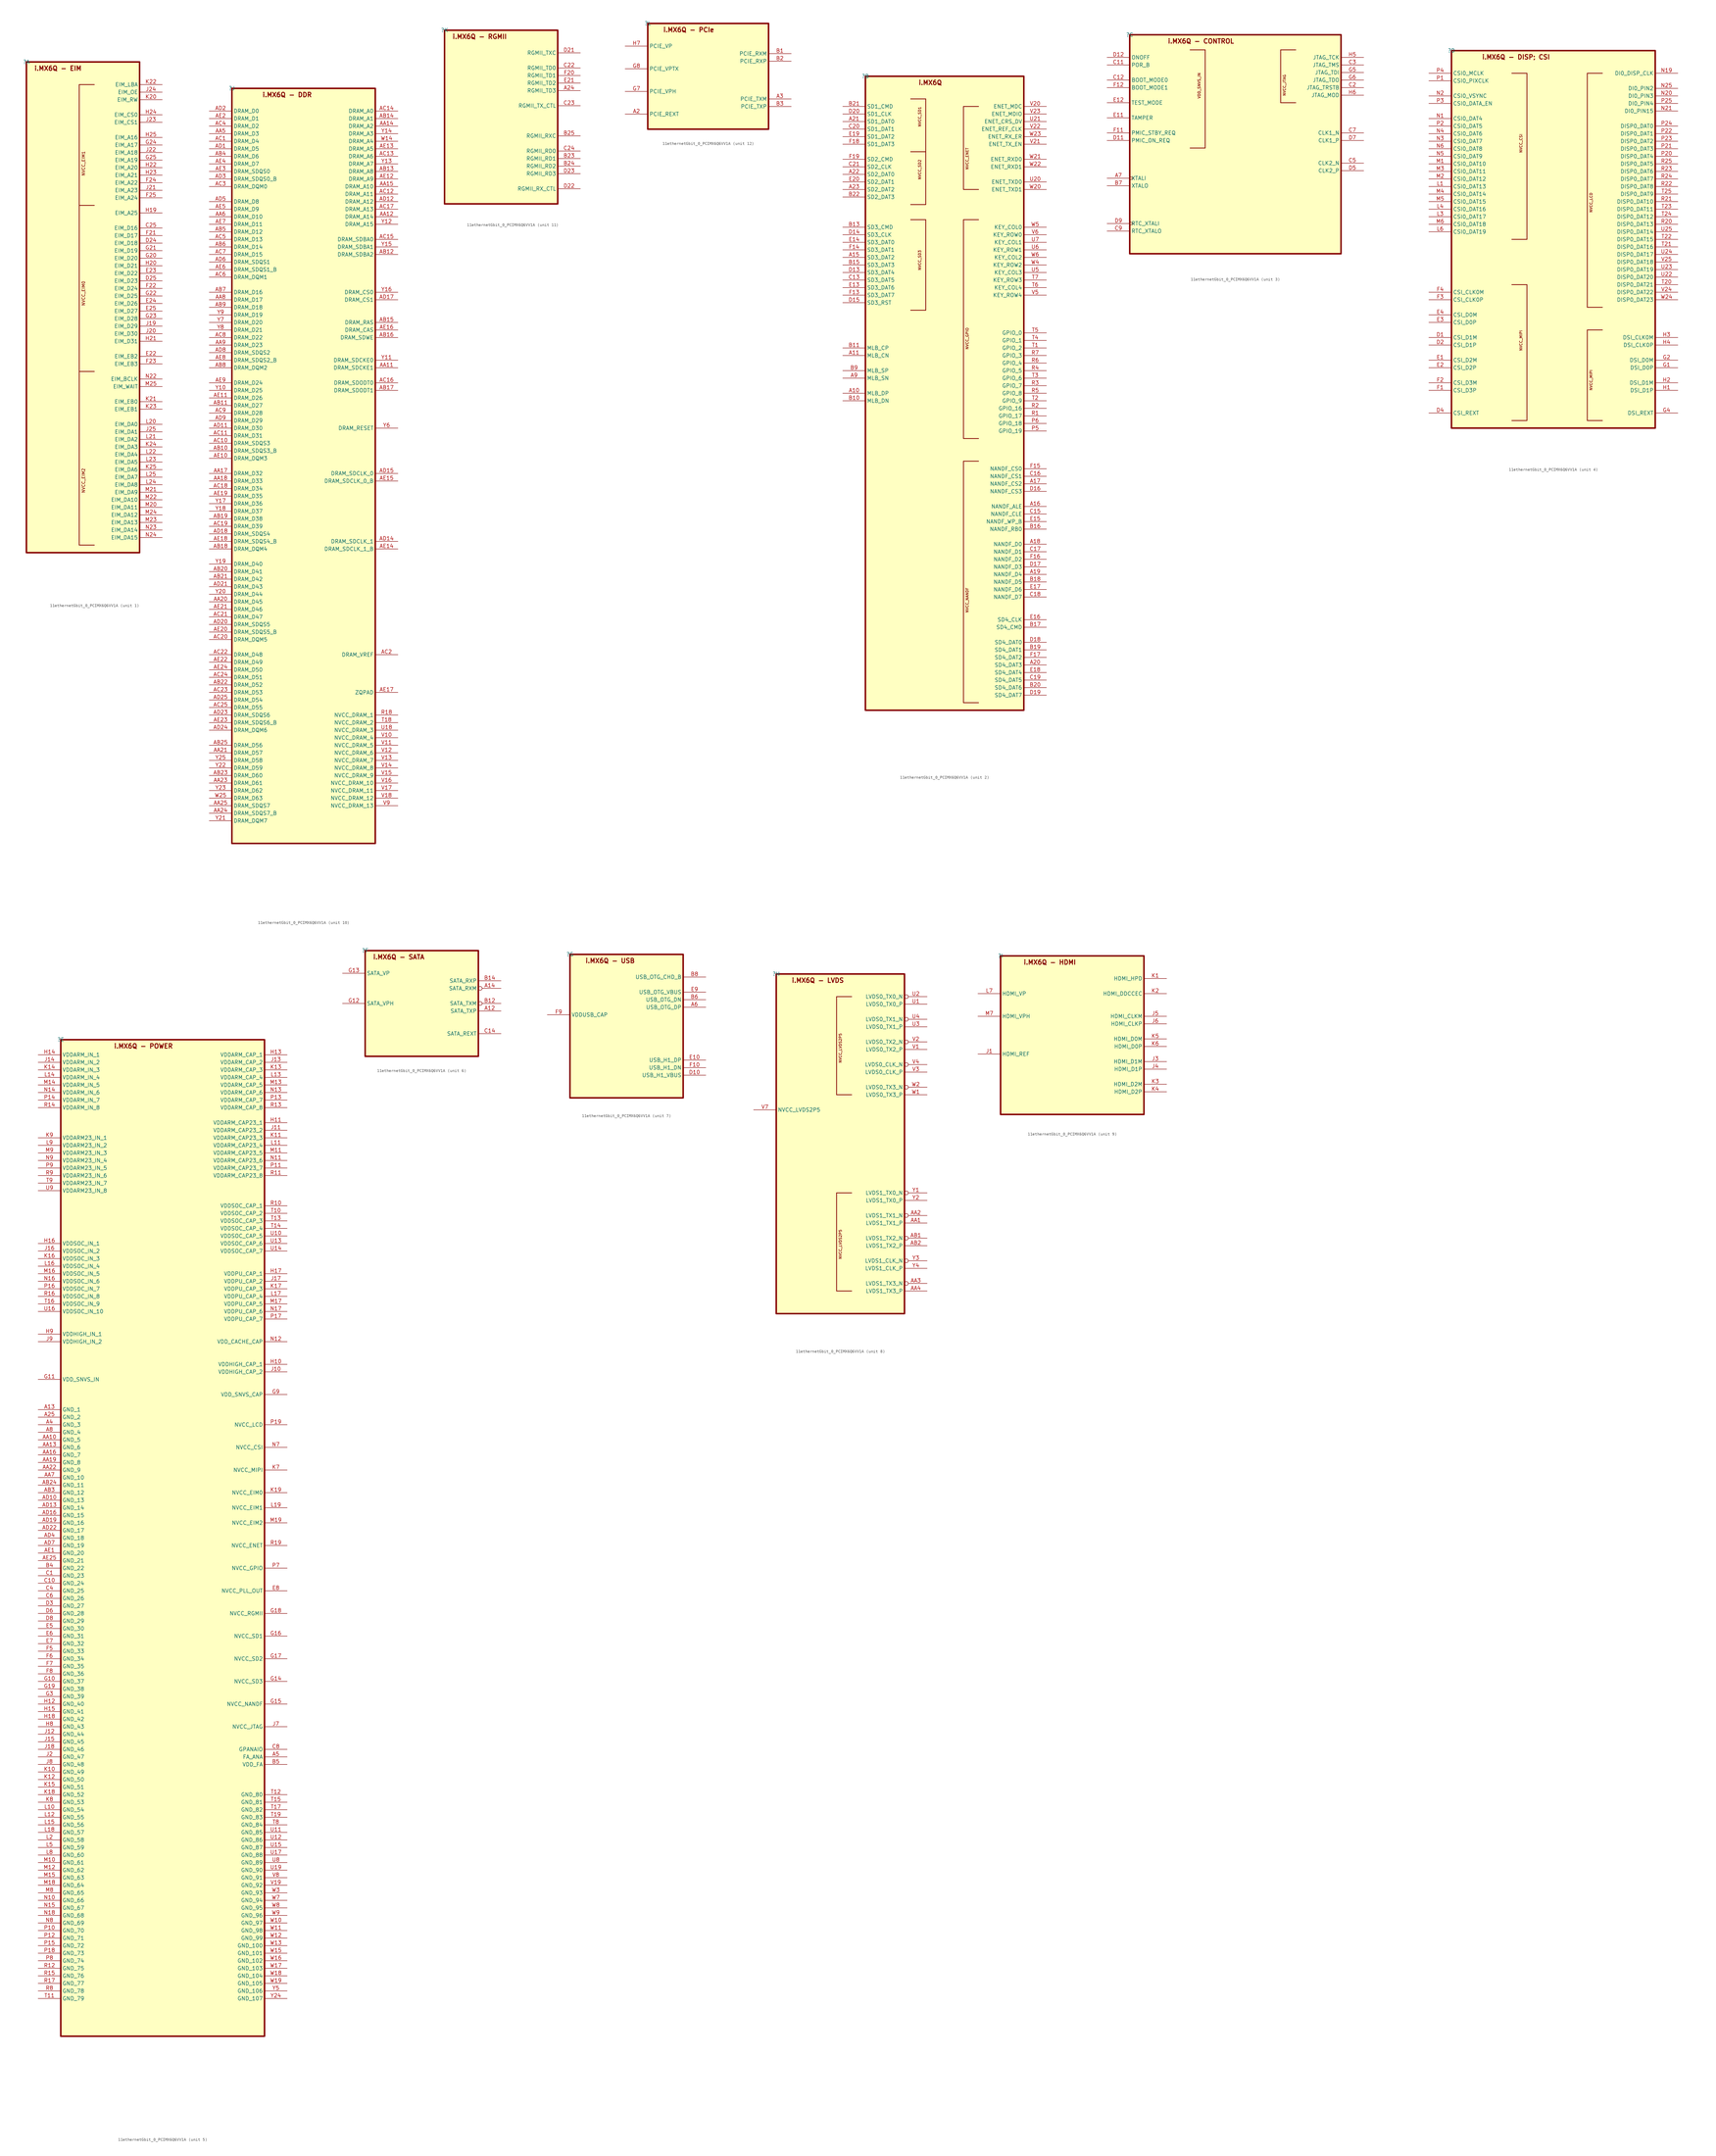
<source format=kicad_sym>
(kicad_symbol_lib
  (version 20220914)
  (generator kicad_symbol_editor)
  (symbol "11ethernetGbit_0_PCIMX6Q6VV1A"
    (property "Reference" ""
      (at 0 0 0)
      (effects (font (size 1.27 1.27))))
    (property "Value" ""
      (at 0 0 0)
      (effects (font (size 1.27 1.27))))
    (symbol "11ethernetGbit_0_PCIMX6Q6VV1A_1_0"
      (polyline (pts (xy 17.78 -104.14) (xy 17.78 -162.56)) (stroke (width 0.254) (type solid)) (fill (type none)))
      (polyline (pts (xy 17.78 -104.14) (xy 22.86 -104.14)) (stroke (width 0.254) (type solid)) (fill (type none)))
      (polyline (pts (xy 17.78 -48.26) (xy 22.86 -48.26)) (stroke (width 0.254) (type solid)) (fill (type none)))
      (polyline (pts (xy 17.78 -7.62) (xy 17.78 -104.14)) (stroke (width 0.254) (type solid)) (fill (type none)))
      (polyline (pts (xy 22.86 -162.56) (xy 17.78 -162.56)) (stroke (width 0.254) (type solid)) (fill (type none)))
      (polyline (pts (xy 22.86 -7.62) (xy 17.78 -7.62)) (stroke (width 0.254) (type solid)) (fill (type none)))
      (rectangle (start 38.1 0) (end 0 -165.1) (stroke (width 0.508) (type solid)) (fill (type background)))
      (text "i.MX6Q - EIM" (at 2.54 -3.048 0) (effects (font (size 1.524 1.524) bold) (justify left bottom)))
      (text "NVCC_EIM0" (at 19.812 -82.101 900) (effects (font (size 1.016 1.016)) (justify left bottom)))
      (text "NVCC_EIM1" (at 19.812 -38.413 900) (effects (font (size 1.016 1.016)) (justify left bottom)))
      (text "NVCC_EIM2" (at 19.812 -145.093 900) (effects (font (size 1.016 1.016)) (justify left bottom)))
      (pin bidirectional line (at 45.72 -55.88 180) (length 7.62) (name "EIM_D16" (effects (font (size 1.27 1.27)))) (number "C25" (effects (font (size 1.27 1.27)))))
      (pin bidirectional line (at 45.72 -60.96 180) (length 7.62) (name "EIM_D18" (effects (font (size 1.27 1.27)))) (number "D24" (effects (font (size 1.27 1.27)))))
      (pin bidirectional line (at 45.72 -73.66 180) (length 7.62) (name "EIM_D23" (effects (font (size 1.27 1.27)))) (number "D25" (effects (font (size 1.27 1.27)))))
      (pin bidirectional line (at 45.72 -99.06 180) (length 7.62) (name "EIM_EB2" (effects (font (size 1.27 1.27)))) (number "E22" (effects (font (size 1.27 1.27)))))
      (pin bidirectional line (at 45.72 -71.12 180) (length 7.62) (name "EIM_D22" (effects (font (size 1.27 1.27)))) (number "E23" (effects (font (size 1.27 1.27)))))
      (pin bidirectional line (at 45.72 -81.28 180) (length 7.62) (name "EIM_D26" (effects (font (size 1.27 1.27)))) (number "E24" (effects (font (size 1.27 1.27)))))
      (pin bidirectional line (at 45.72 -83.82 180) (length 7.62) (name "EIM_D27" (effects (font (size 1.27 1.27)))) (number "E25" (effects (font (size 1.27 1.27)))))
      (pin bidirectional line (at 45.72 -58.42 180) (length 7.62) (name "EIM_D17" (effects (font (size 1.27 1.27)))) (number "F21" (effects (font (size 1.27 1.27)))))
      (pin bidirectional line (at 45.72 -76.2 180) (length 7.62) (name "EIM_D24" (effects (font (size 1.27 1.27)))) (number "F22" (effects (font (size 1.27 1.27)))))
      (pin bidirectional line (at 45.72 -101.6 180) (length 7.62) (name "EIM_EB3" (effects (font (size 1.27 1.27)))) (number "F23" (effects (font (size 1.27 1.27)))))
      (pin bidirectional line (at 45.72 -40.64 180) (length 7.62) (name "EIM_A22" (effects (font (size 1.27 1.27)))) (number "F24" (effects (font (size 1.27 1.27)))))
      (pin bidirectional line (at 45.72 -45.72 180) (length 7.62) (name "EIM_A24" (effects (font (size 1.27 1.27)))) (number "F25" (effects (font (size 1.27 1.27)))))
      (pin bidirectional line (at 45.72 -66.04 180) (length 7.62) (name "EIM_D20" (effects (font (size 1.27 1.27)))) (number "G20" (effects (font (size 1.27 1.27)))))
      (pin bidirectional line (at 45.72 -63.5 180) (length 7.62) (name "EIM_D19" (effects (font (size 1.27 1.27)))) (number "G21" (effects (font (size 1.27 1.27)))))
      (pin bidirectional line (at 45.72 -78.74 180) (length 7.62) (name "EIM_D25" (effects (font (size 1.27 1.27)))) (number "G22" (effects (font (size 1.27 1.27)))))
      (pin bidirectional line (at 45.72 -86.36 180) (length 7.62) (name "EIM_D28" (effects (font (size 1.27 1.27)))) (number "G23" (effects (font (size 1.27 1.27)))))
      (pin bidirectional line (at 45.72 -27.94 180) (length 7.62) (name "EIM_A17" (effects (font (size 1.27 1.27)))) (number "G24" (effects (font (size 1.27 1.27)))))
      (pin bidirectional line (at 45.72 -33.02 180) (length 7.62) (name "EIM_A19" (effects (font (size 1.27 1.27)))) (number "G25" (effects (font (size 1.27 1.27)))))
      (pin bidirectional line (at 45.72 -50.8 180) (length 7.62) (name "EIM_A25" (effects (font (size 1.27 1.27)))) (number "H19" (effects (font (size 1.27 1.27)))))
      (pin bidirectional line (at 45.72 -68.58 180) (length 7.62) (name "EIM_D21" (effects (font (size 1.27 1.27)))) (number "H20" (effects (font (size 1.27 1.27)))))
      (pin bidirectional line (at 45.72 -93.98 180) (length 7.62) (name "EIM_D31" (effects (font (size 1.27 1.27)))) (number "H21" (effects (font (size 1.27 1.27)))))
      (pin bidirectional line (at 45.72 -35.56 180) (length 7.62) (name "EIM_A20" (effects (font (size 1.27 1.27)))) (number "H22" (effects (font (size 1.27 1.27)))))
      (pin bidirectional line (at 45.72 -38.1 180) (length 7.62) (name "EIM_A21" (effects (font (size 1.27 1.27)))) (number "H23" (effects (font (size 1.27 1.27)))))
      (pin bidirectional line (at 45.72 -17.78 180) (length 7.62) (name "EIM_CS0" (effects (font (size 1.27 1.27)))) (number "H24" (effects (font (size 1.27 1.27)))))
      (pin bidirectional line (at 45.72 -25.4 180) (length 7.62) (name "EIM_A16" (effects (font (size 1.27 1.27)))) (number "H25" (effects (font (size 1.27 1.27)))))
      (pin bidirectional line (at 45.72 -88.9 180) (length 7.62) (name "EIM_D29" (effects (font (size 1.27 1.27)))) (number "J19" (effects (font (size 1.27 1.27)))))
      (pin bidirectional line (at 45.72 -91.44 180) (length 7.62) (name "EIM_D30" (effects (font (size 1.27 1.27)))) (number "J20" (effects (font (size 1.27 1.27)))))
      (pin bidirectional line (at 45.72 -43.18 180) (length 7.62) (name "EIM_A23" (effects (font (size 1.27 1.27)))) (number "J21" (effects (font (size 1.27 1.27)))))
      (pin bidirectional line (at 45.72 -30.48 180) (length 7.62) (name "EIM_A18" (effects (font (size 1.27 1.27)))) (number "J22" (effects (font (size 1.27 1.27)))))
      (pin bidirectional line (at 45.72 -20.32 180) (length 7.62) (name "EIM_CS1" (effects (font (size 1.27 1.27)))) (number "J23" (effects (font (size 1.27 1.27)))))
      (pin bidirectional line (at 45.72 -10.16 180) (length 7.62) (name "EIM_OE" (effects (font (size 1.27 1.27)))) (number "J24" (effects (font (size 1.27 1.27)))))
      (pin bidirectional line (at 45.72 -124.46 180) (length 7.62) (name "EIM_DA1" (effects (font (size 1.27 1.27)))) (number "J25" (effects (font (size 1.27 1.27)))))
      (pin bidirectional line (at 45.72 -12.7 180) (length 7.62) (name "EIM_RW" (effects (font (size 1.27 1.27)))) (number "K20" (effects (font (size 1.27 1.27)))))
      (pin bidirectional line (at 45.72 -114.3 180) (length 7.62) (name "EIM_EB0" (effects (font (size 1.27 1.27)))) (number "K21" (effects (font (size 1.27 1.27)))))
      (pin bidirectional line (at 45.72 -7.62 180) (length 7.62) (name "EIM_LBA" (effects (font (size 1.27 1.27)))) (number "K22" (effects (font (size 1.27 1.27)))))
      (pin bidirectional line (at 45.72 -116.84 180) (length 7.62) (name "EIM_EB1" (effects (font (size 1.27 1.27)))) (number "K23" (effects (font (size 1.27 1.27)))))
      (pin bidirectional line (at 45.72 -129.54 180) (length 7.62) (name "EIM_DA3" (effects (font (size 1.27 1.27)))) (number "K24" (effects (font (size 1.27 1.27)))))
      (pin bidirectional line (at 45.72 -137.16 180) (length 7.62) (name "EIM_DA6" (effects (font (size 1.27 1.27)))) (number "K25" (effects (font (size 1.27 1.27)))))
      (pin bidirectional line (at 45.72 -121.92 180) (length 7.62) (name "EIM_DA0" (effects (font (size 1.27 1.27)))) (number "L20" (effects (font (size 1.27 1.27)))))
      (pin bidirectional line (at 45.72 -127 180) (length 7.62) (name "EIM_DA2" (effects (font (size 1.27 1.27)))) (number "L21" (effects (font (size 1.27 1.27)))))
      (pin bidirectional line (at 45.72 -132.08 180) (length 7.62) (name "EIM_DA4" (effects (font (size 1.27 1.27)))) (number "L22" (effects (font (size 1.27 1.27)))))
      (pin bidirectional line (at 45.72 -134.62 180) (length 7.62) (name "EIM_DA5" (effects (font (size 1.27 1.27)))) (number "L23" (effects (font (size 1.27 1.27)))))
      (pin bidirectional line (at 45.72 -142.24 180) (length 7.62) (name "EIM_DA8" (effects (font (size 1.27 1.27)))) (number "L24" (effects (font (size 1.27 1.27)))))
      (pin bidirectional line (at 45.72 -139.7 180) (length 7.62) (name "EIM_DA7" (effects (font (size 1.27 1.27)))) (number "L25" (effects (font (size 1.27 1.27)))))
      (pin bidirectional line (at 45.72 -149.86 180) (length 7.62) (name "EIM_DA11" (effects (font (size 1.27 1.27)))) (number "M20" (effects (font (size 1.27 1.27)))))
      (pin bidirectional line (at 45.72 -144.78 180) (length 7.62) (name "EIM_DA9" (effects (font (size 1.27 1.27)))) (number "M21" (effects (font (size 1.27 1.27)))))
      (pin bidirectional line (at 45.72 -147.32 180) (length 7.62) (name "EIM_DA10" (effects (font (size 1.27 1.27)))) (number "M22" (effects (font (size 1.27 1.27)))))
      (pin bidirectional line (at 45.72 -154.94 180) (length 7.62) (name "EIM_DA13" (effects (font (size 1.27 1.27)))) (number "M23" (effects (font (size 1.27 1.27)))))
      (pin bidirectional line (at 45.72 -152.4 180) (length 7.62) (name "EIM_DA12" (effects (font (size 1.27 1.27)))) (number "M24" (effects (font (size 1.27 1.27)))))
      (pin bidirectional line (at 45.72 -109.22 180) (length 7.62) (name "EIM_WAIT" (effects (font (size 1.27 1.27)))) (number "M25" (effects (font (size 1.27 1.27)))))
      (pin bidirectional line (at 45.72 -106.68 180) (length 7.62) (name "EIM_BCLK" (effects (font (size 1.27 1.27)))) (number "N22" (effects (font (size 1.27 1.27)))))
      (pin bidirectional line (at 45.72 -157.48 180) (length 7.62) (name "EIM_DA14" (effects (font (size 1.27 1.27)))) (number "N23" (effects (font (size 1.27 1.27)))))
      (pin bidirectional line (at 45.72 -160.02 180) (length 7.62) (name "EIM_DA15" (effects (font (size 1.27 1.27)))) (number "N24" (effects (font (size 1.27 1.27))))))
    (symbol "11ethernetGbit_0_PCIMX6Q6VV1A_2_0"
      (polyline (pts (xy 20.32 -78.74) (xy 15.24 -78.74)) (stroke (width 0.254) (type solid)) (fill (type none)))
      (polyline (pts (xy 20.32 -48.26) (xy 15.24 -48.26)) (stroke (width 0.254) (type solid)) (fill (type none)))
      (polyline (pts (xy 20.32 -48.26) (xy 20.32 -78.74)) (stroke (width 0.254) (type solid)) (fill (type none)))
      (polyline (pts (xy 20.32 -43.18) (xy 15.24 -43.18)) (stroke (width 0.254) (type solid)) (fill (type none)))
      (polyline (pts (xy 20.32 -25.4) (xy 15.24 -25.4)) (stroke (width 0.254) (type solid)) (fill (type none)))
      (polyline (pts (xy 20.32 -7.62) (xy 15.24 -7.62)) (stroke (width 0.254) (type solid)) (fill (type none)))
      (polyline (pts (xy 20.32 -7.62) (xy 20.32 -43.18)) (stroke (width 0.254) (type solid)) (fill (type none)))
      (polyline (pts (xy 33.02 -129.54) (xy 33.02 -210.82)) (stroke (width 0.254) (type solid)) (fill (type none)))
      (polyline (pts (xy 33.02 -48.26) (xy 33.02 -121.92)) (stroke (width 0.254) (type solid)) (fill (type none)))
      (polyline (pts (xy 33.02 -10.16) (xy 33.02 -38.1)) (stroke (width 0.254) (type solid)) (fill (type none)))
      (polyline (pts (xy 38.1 -210.82) (xy 33.02 -210.82)) (stroke (width 0.254) (type solid)) (fill (type none)))
      (polyline (pts (xy 38.1 -129.54) (xy 33.02 -129.54)) (stroke (width 0.254) (type solid)) (fill (type none)))
      (polyline (pts (xy 38.1 -121.92) (xy 33.02 -121.92)) (stroke (width 0.254) (type solid)) (fill (type none)))
      (polyline (pts (xy 38.1 -48.26) (xy 33.02 -48.26)) (stroke (width 0.254) (type solid)) (fill (type none)))
      (polyline (pts (xy 38.1 -38.1) (xy 33.02 -38.1)) (stroke (width 0.254) (type solid)) (fill (type none)))
      (polyline (pts (xy 38.1 -10.16) (xy 33.02 -10.16)) (stroke (width 0.254) (type solid)) (fill (type none)))
      (rectangle (start 53.34 0) (end 0 -213.36) (stroke (width 0.508) (type solid)) (fill (type background)))
      (text "i.MX6Q" (at 17.78 -3.048 0) (effects (font (size 1.524 1.524) bold) (justify left bottom)))
      (text "NVCC_ENET" (at 34.798 -31.496 900) (effects (font (size 0.889 0.889)) (justify left bottom)))
      (text "NVCC_GPIO" (at 34.798 -92.007 900) (effects (font (size 0.889 0.889)) (justify left bottom)))
      (text "NVCC_NANDF" (at 34.798 -180.614 900) (effects (font (size 0.889 0.889)) (justify left bottom)))
      (text "NVCC_SD1" (at 17.78 -10.16 900) (effects (font (size 0.889 0.889)) (justify right top)))
      (text "NVCC_SD2" (at 17.78 -27.94 900) (effects (font (size 0.889 0.889)) (justify right top)))
      (text "NVCC_SD3" (at 17.78 -58.42 900) (effects (font (size 0.889 0.889)) (justify right top)))
      (pin input line (at -7.62 -106.68 0) (length 7.62) (name "MLB_DP" (effects (font (size 1.27 1.27)))) (number "A10" (effects (font (size 1.27 1.27)))))
      (pin input line (at -7.62 -93.98 0) (length 7.62) (name "MLB_CN" (effects (font (size 1.27 1.27)))) (number "A11" (effects (font (size 1.27 1.27)))))
      (pin bidirectional line (at -7.62 -60.96 0) (length 7.62) (name "SD3_DAT2" (effects (font (size 1.27 1.27)))) (number "A15" (effects (font (size 1.27 1.27)))))
      (pin bidirectional line (at 60.96 -144.78 180) (length 7.62) (name "NANDF_ALE" (effects (font (size 1.27 1.27)))) (number "A16" (effects (font (size 1.27 1.27)))))
      (pin bidirectional line (at 60.96 -137.16 180) (length 7.62) (name "NANDF_CS2" (effects (font (size 1.27 1.27)))) (number "A17" (effects (font (size 1.27 1.27)))))
      (pin bidirectional line (at 60.96 -157.48 180) (length 7.62) (name "NANDF_D0" (effects (font (size 1.27 1.27)))) (number "A18" (effects (font (size 1.27 1.27)))))
      (pin bidirectional line (at 60.96 -167.64 180) (length 7.62) (name "NANDF_D4" (effects (font (size 1.27 1.27)))) (number "A19" (effects (font (size 1.27 1.27)))))
      (pin bidirectional line (at 60.96 -198.12 180) (length 7.62) (name "SD4_DAT3" (effects (font (size 1.27 1.27)))) (number "A20" (effects (font (size 1.27 1.27)))))
      (pin bidirectional line (at -7.62 -15.24 0) (length 7.62) (name "SD1_DAT0" (effects (font (size 1.27 1.27)))) (number "A21" (effects (font (size 1.27 1.27)))))
      (pin bidirectional line (at -7.62 -33.02 0) (length 7.62) (name "SD2_DAT0" (effects (font (size 1.27 1.27)))) (number "A22" (effects (font (size 1.27 1.27)))))
      (pin bidirectional line (at -7.62 -38.1 0) (length 7.62) (name "SD2_DAT2" (effects (font (size 1.27 1.27)))) (number "A23" (effects (font (size 1.27 1.27)))))
      (pin input line (at -7.62 -101.6 0) (length 7.62) (name "MLB_SN" (effects (font (size 1.27 1.27)))) (number "A9" (effects (font (size 1.27 1.27)))))
      (pin input line (at -7.62 -109.22 0) (length 7.62) (name "MLB_DN" (effects (font (size 1.27 1.27)))) (number "B10" (effects (font (size 1.27 1.27)))))
      (pin input line (at -7.62 -91.44 0) (length 7.62) (name "MLB_CP" (effects (font (size 1.27 1.27)))) (number "B11" (effects (font (size 1.27 1.27)))))
      (pin bidirectional line (at -7.62 -50.8 0) (length 7.62) (name "SD3_CMD" (effects (font (size 1.27 1.27)))) (number "B13" (effects (font (size 1.27 1.27)))))
      (pin bidirectional line (at -7.62 -63.5 0) (length 7.62) (name "SD3_DAT3" (effects (font (size 1.27 1.27)))) (number "B15" (effects (font (size 1.27 1.27)))))
      (pin bidirectional line (at 60.96 -152.4 180) (length 7.62) (name "NANDF_RB0" (effects (font (size 1.27 1.27)))) (number "B16" (effects (font (size 1.27 1.27)))))
      (pin bidirectional line (at 60.96 -185.42 180) (length 7.62) (name "SD4_CMD" (effects (font (size 1.27 1.27)))) (number "B17" (effects (font (size 1.27 1.27)))))
      (pin bidirectional line (at 60.96 -170.18 180) (length 7.62) (name "NANDF_D5" (effects (font (size 1.27 1.27)))) (number "B18" (effects (font (size 1.27 1.27)))))
      (pin bidirectional line (at 60.96 -193.04 180) (length 7.62) (name "SD4_DAT1" (effects (font (size 1.27 1.27)))) (number "B19" (effects (font (size 1.27 1.27)))))
      (pin bidirectional line (at 60.96 -205.74 180) (length 7.62) (name "SD4_DAT6" (effects (font (size 1.27 1.27)))) (number "B20" (effects (font (size 1.27 1.27)))))
      (pin bidirectional line (at -7.62 -10.16 0) (length 7.62) (name "SD1_CMD" (effects (font (size 1.27 1.27)))) (number "B21" (effects (font (size 1.27 1.27)))))
      (pin bidirectional line (at -7.62 -40.64 0) (length 7.62) (name "SD2_DAT3" (effects (font (size 1.27 1.27)))) (number "B22" (effects (font (size 1.27 1.27)))))
      (pin input line (at -7.62 -99.06 0) (length 7.62) (name "MLB_SP" (effects (font (size 1.27 1.27)))) (number "B9" (effects (font (size 1.27 1.27)))))
      (pin bidirectional line (at -7.62 -68.58 0) (length 7.62) (name "SD3_DAT5" (effects (font (size 1.27 1.27)))) (number "C13" (effects (font (size 1.27 1.27)))))
      (pin bidirectional line (at 60.96 -147.32 180) (length 7.62) (name "NANDF_CLE" (effects (font (size 1.27 1.27)))) (number "C15" (effects (font (size 1.27 1.27)))))
      (pin bidirectional line (at 60.96 -134.62 180) (length 7.62) (name "NANDF_CS1" (effects (font (size 1.27 1.27)))) (number "C16" (effects (font (size 1.27 1.27)))))
      (pin bidirectional line (at 60.96 -160.02 180) (length 7.62) (name "NANDF_D1" (effects (font (size 1.27 1.27)))) (number "C17" (effects (font (size 1.27 1.27)))))
      (pin bidirectional line (at 60.96 -175.26 180) (length 7.62) (name "NANDF_D7" (effects (font (size 1.27 1.27)))) (number "C18" (effects (font (size 1.27 1.27)))))
      (pin bidirectional line (at 60.96 -203.2 180) (length 7.62) (name "SD4_DAT5" (effects (font (size 1.27 1.27)))) (number "C19" (effects (font (size 1.27 1.27)))))
      (pin bidirectional line (at -7.62 -17.78 0) (length 7.62) (name "SD1_DAT1" (effects (font (size 1.27 1.27)))) (number "C20" (effects (font (size 1.27 1.27)))))
      (pin bidirectional line (at -7.62 -30.48 0) (length 7.62) (name "SD2_CLK" (effects (font (size 1.27 1.27)))) (number "C21" (effects (font (size 1.27 1.27)))))
      (pin bidirectional line (at -7.62 -66.04 0) (length 7.62) (name "SD3_DAT4" (effects (font (size 1.27 1.27)))) (number "D13" (effects (font (size 1.27 1.27)))))
      (pin bidirectional line (at -7.62 -53.34 0) (length 7.62) (name "SD3_CLK" (effects (font (size 1.27 1.27)))) (number "D14" (effects (font (size 1.27 1.27)))))
      (pin bidirectional line (at -7.62 -76.2 0) (length 7.62) (name "SD3_RST" (effects (font (size 1.27 1.27)))) (number "D15" (effects (font (size 1.27 1.27)))))
      (pin bidirectional line (at 60.96 -139.7 180) (length 7.62) (name "NANDF_CS3" (effects (font (size 1.27 1.27)))) (number "D16" (effects (font (size 1.27 1.27)))))
      (pin bidirectional line (at 60.96 -165.1 180) (length 7.62) (name "NANDF_D3" (effects (font (size 1.27 1.27)))) (number "D17" (effects (font (size 1.27 1.27)))))
      (pin bidirectional line (at 60.96 -190.5 180) (length 7.62) (name "SD4_DAT0" (effects (font (size 1.27 1.27)))) (number "D18" (effects (font (size 1.27 1.27)))))
      (pin bidirectional line (at 60.96 -208.28 180) (length 7.62) (name "SD4_DAT7" (effects (font (size 1.27 1.27)))) (number "D19" (effects (font (size 1.27 1.27)))))
      (pin bidirectional line (at -7.62 -12.7 0) (length 7.62) (name "SD1_CLK" (effects (font (size 1.27 1.27)))) (number "D20" (effects (font (size 1.27 1.27)))))
      (pin bidirectional line (at -7.62 -71.12 0) (length 7.62) (name "SD3_DAT6" (effects (font (size 1.27 1.27)))) (number "E13" (effects (font (size 1.27 1.27)))))
      (pin bidirectional line (at -7.62 -55.88 0) (length 7.62) (name "SD3_DAT0" (effects (font (size 1.27 1.27)))) (number "E14" (effects (font (size 1.27 1.27)))))
      (pin bidirectional line (at 60.96 -149.86 180) (length 7.62) (name "NANDF_WP_B" (effects (font (size 1.27 1.27)))) (number "E15" (effects (font (size 1.27 1.27)))))
      (pin bidirectional line (at 60.96 -182.88 180) (length 7.62) (name "SD4_CLK" (effects (font (size 1.27 1.27)))) (number "E16" (effects (font (size 1.27 1.27)))))
      (pin bidirectional line (at 60.96 -172.72 180) (length 7.62) (name "NANDF_D6" (effects (font (size 1.27 1.27)))) (number "E17" (effects (font (size 1.27 1.27)))))
      (pin bidirectional line (at 60.96 -200.66 180) (length 7.62) (name "SD4_DAT4" (effects (font (size 1.27 1.27)))) (number "E18" (effects (font (size 1.27 1.27)))))
      (pin bidirectional line (at -7.62 -20.32 0) (length 7.62) (name "SD1_DAT2" (effects (font (size 1.27 1.27)))) (number "E19" (effects (font (size 1.27 1.27)))))
      (pin bidirectional line (at -7.62 -35.56 0) (length 7.62) (name "SD2_DAT1" (effects (font (size 1.27 1.27)))) (number "E20" (effects (font (size 1.27 1.27)))))
      (pin bidirectional line (at -7.62 -73.66 0) (length 7.62) (name "SD3_DAT7" (effects (font (size 1.27 1.27)))) (number "F13" (effects (font (size 1.27 1.27)))))
      (pin bidirectional line (at -7.62 -58.42 0) (length 7.62) (name "SD3_DAT1" (effects (font (size 1.27 1.27)))) (number "F14" (effects (font (size 1.27 1.27)))))
      (pin bidirectional line (at 60.96 -132.08 180) (length 7.62) (name "NANDF_CS0" (effects (font (size 1.27 1.27)))) (number "F15" (effects (font (size 1.27 1.27)))))
      (pin bidirectional line (at 60.96 -162.56 180) (length 7.62) (name "NANDF_D2" (effects (font (size 1.27 1.27)))) (number "F16" (effects (font (size 1.27 1.27)))))
      (pin bidirectional line (at 60.96 -195.58 180) (length 7.62) (name "SD4_DAT2" (effects (font (size 1.27 1.27)))) (number "F17" (effects (font (size 1.27 1.27)))))
      (pin bidirectional line (at -7.62 -22.86 0) (length 7.62) (name "SD1_DAT3" (effects (font (size 1.27 1.27)))) (number "F18" (effects (font (size 1.27 1.27)))))
      (pin bidirectional line (at -7.62 -27.94 0) (length 7.62) (name "SD2_CMD" (effects (font (size 1.27 1.27)))) (number "F19" (effects (font (size 1.27 1.27)))))
      (pin bidirectional line (at 60.96 -119.38 180) (length 7.62) (name "GPIO_19" (effects (font (size 1.27 1.27)))) (number "P5" (effects (font (size 1.27 1.27)))))
      (pin bidirectional line (at 60.96 -116.84 180) (length 7.62) (name "GPIO_18" (effects (font (size 1.27 1.27)))) (number "P6" (effects (font (size 1.27 1.27)))))
      (pin bidirectional line (at 60.96 -114.3 180) (length 7.62) (name "GPIO_17" (effects (font (size 1.27 1.27)))) (number "R1" (effects (font (size 1.27 1.27)))))
      (pin bidirectional line (at 60.96 -111.76 180) (length 7.62) (name "GPIO_16" (effects (font (size 1.27 1.27)))) (number "R2" (effects (font (size 1.27 1.27)))))
      (pin bidirectional line (at 60.96 -104.14 180) (length 7.62) (name "GPIO_7" (effects (font (size 1.27 1.27)))) (number "R3" (effects (font (size 1.27 1.27)))))
      (pin bidirectional line (at 60.96 -99.06 180) (length 7.62) (name "GPIO_5" (effects (font (size 1.27 1.27)))) (number "R4" (effects (font (size 1.27 1.27)))))
      (pin bidirectional line (at 60.96 -106.68 180) (length 7.62) (name "GPIO_8" (effects (font (size 1.27 1.27)))) (number "R5" (effects (font (size 1.27 1.27)))))
      (pin bidirectional line (at 60.96 -96.52 180) (length 7.62) (name "GPIO_4" (effects (font (size 1.27 1.27)))) (number "R6" (effects (font (size 1.27 1.27)))))
      (pin bidirectional line (at 60.96 -93.98 180) (length 7.62) (name "GPIO_3" (effects (font (size 1.27 1.27)))) (number "R7" (effects (font (size 1.27 1.27)))))
      (pin bidirectional line (at 60.96 -91.44 180) (length 7.62) (name "GPIO_2" (effects (font (size 1.27 1.27)))) (number "T1" (effects (font (size 1.27 1.27)))))
      (pin bidirectional line (at 60.96 -109.22 180) (length 7.62) (name "GPIO_9" (effects (font (size 1.27 1.27)))) (number "T2" (effects (font (size 1.27 1.27)))))
      (pin bidirectional line (at 60.96 -101.6 180) (length 7.62) (name "GPIO_6" (effects (font (size 1.27 1.27)))) (number "T3" (effects (font (size 1.27 1.27)))))
      (pin bidirectional line (at 60.96 -88.9 180) (length 7.62) (name "GPIO_1" (effects (font (size 1.27 1.27)))) (number "T4" (effects (font (size 1.27 1.27)))))
      (pin bidirectional line (at 60.96 -86.36 180) (length 7.62) (name "GPIO_0" (effects (font (size 1.27 1.27)))) (number "T5" (effects (font (size 1.27 1.27)))))
      (pin bidirectional line (at 60.96 -71.12 180) (length 7.62) (name "KEY_COL4" (effects (font (size 1.27 1.27)))) (number "T6" (effects (font (size 1.27 1.27)))))
      (pin bidirectional line (at 60.96 -68.58 180) (length 7.62) (name "KEY_ROW3" (effects (font (size 1.27 1.27)))) (number "T7" (effects (font (size 1.27 1.27)))))
      (pin bidirectional line (at 60.96 -35.56 180) (length 7.62) (name "ENET_TXD0" (effects (font (size 1.27 1.27)))) (number "U20" (effects (font (size 1.27 1.27)))))
      (pin bidirectional line (at 60.96 -15.24 180) (length 7.62) (name "ENET_CRS_DV" (effects (font (size 1.27 1.27)))) (number "U21" (effects (font (size 1.27 1.27)))))
      (pin bidirectional line (at 60.96 -66.04 180) (length 7.62) (name "KEY_COL3" (effects (font (size 1.27 1.27)))) (number "U5" (effects (font (size 1.27 1.27)))))
      (pin bidirectional line (at 60.96 -58.42 180) (length 7.62) (name "KEY_ROW1" (effects (font (size 1.27 1.27)))) (number "U6" (effects (font (size 1.27 1.27)))))
      (pin bidirectional line (at 60.96 -55.88 180) (length 7.62) (name "KEY_COL1" (effects (font (size 1.27 1.27)))) (number "U7" (effects (font (size 1.27 1.27)))))
      (pin bidirectional line (at 60.96 -10.16 180) (length 7.62) (name "ENET_MDC" (effects (font (size 1.27 1.27)))) (number "V20" (effects (font (size 1.27 1.27)))))
      (pin bidirectional line (at 60.96 -22.86 180) (length 7.62) (name "ENET_TX_EN" (effects (font (size 1.27 1.27)))) (number "V21" (effects (font (size 1.27 1.27)))))
      (pin bidirectional line (at 60.96 -17.78 180) (length 7.62) (name "ENET_REF_CLK" (effects (font (size 1.27 1.27)))) (number "V22" (effects (font (size 1.27 1.27)))))
      (pin bidirectional line (at 60.96 -12.7 180) (length 7.62) (name "ENET_MDIO" (effects (font (size 1.27 1.27)))) (number "V23" (effects (font (size 1.27 1.27)))))
      (pin bidirectional line (at 60.96 -73.66 180) (length 7.62) (name "KEY_ROW4" (effects (font (size 1.27 1.27)))) (number "V5" (effects (font (size 1.27 1.27)))))
      (pin bidirectional line (at 60.96 -53.34 180) (length 7.62) (name "KEY_ROW0" (effects (font (size 1.27 1.27)))) (number "V6" (effects (font (size 1.27 1.27)))))
      (pin bidirectional line (at 60.96 -38.1 180) (length 7.62) (name "ENET_TXD1" (effects (font (size 1.27 1.27)))) (number "W20" (effects (font (size 1.27 1.27)))))
      (pin bidirectional line (at 60.96 -27.94 180) (length 7.62) (name "ENET_RXD0" (effects (font (size 1.27 1.27)))) (number "W21" (effects (font (size 1.27 1.27)))))
      (pin bidirectional line (at 60.96 -30.48 180) (length 7.62) (name "ENET_RXD1" (effects (font (size 1.27 1.27)))) (number "W22" (effects (font (size 1.27 1.27)))))
      (pin bidirectional line (at 60.96 -20.32 180) (length 7.62) (name "ENET_RX_ER" (effects (font (size 1.27 1.27)))) (number "W23" (effects (font (size 1.27 1.27)))))
      (pin bidirectional line (at 60.96 -63.5 180) (length 7.62) (name "KEY_ROW2" (effects (font (size 1.27 1.27)))) (number "W4" (effects (font (size 1.27 1.27)))))
      (pin bidirectional line (at 60.96 -50.8 180) (length 7.62) (name "KEY_COL0" (effects (font (size 1.27 1.27)))) (number "W5" (effects (font (size 1.27 1.27)))))
      (pin bidirectional line (at 60.96 -60.96 180) (length 7.62) (name "KEY_COL2" (effects (font (size 1.27 1.27)))) (number "W6" (effects (font (size 1.27 1.27))))))
    (symbol "11ethernetGbit_0_PCIMX6Q6VV1A_3_0"
      (polyline (pts (xy 25.4 -38.1) (xy 20.32 -38.1)) (stroke (width 0.254) (type solid)) (fill (type none)))
      (polyline (pts (xy 25.4 -5.08) (xy 20.32 -5.08)) (stroke (width 0.254) (type solid)) (fill (type none)))
      (polyline (pts (xy 25.4 -5.08) (xy 25.4 -38.1)) (stroke (width 0.254) (type solid)) (fill (type none)))
      (polyline (pts (xy 50.8 -22.86) (xy 55.88 -22.86)) (stroke (width 0.254) (type solid)) (fill (type none)))
      (polyline (pts (xy 50.8 -5.08) (xy 50.8 -22.86)) (stroke (width 0.254) (type solid)) (fill (type none)))
      (polyline (pts (xy 50.8 -5.08) (xy 55.88 -5.08)) (stroke (width 0.254) (type solid)) (fill (type none)))
      (rectangle (start 71.12 0) (end 0 -73.66) (stroke (width 0.508) (type solid)) (fill (type background)))
      (text "i.MX6Q - CONTROL" (at 12.7 -3.048 0) (effects (font (size 1.524 1.524) bold) (justify left bottom)))
      (text "NVCC_JTAG" (at 52.578 -20.633 900) (effects (font (size 0.889 0.889)) (justify left bottom)))
      (text "VDD_SNVS_IN" (at 22.86 -12.7 900) (effects (font (size 0.889 0.889)) (justify right top)))
      (pin input clock (at -7.62 -48.26 0) (length 7.62) (name "XTALI" (effects (font (size 1.27 1.27)))) (number "A7" (effects (font (size 1.27 1.27)))))
      (pin output line (at -7.62 -50.8 0) (length 7.62) (name "XTALO" (effects (font (size 1.27 1.27)))) (number "B7" (effects (font (size 1.27 1.27)))))
      (pin input line (at -7.62 -10.16 0) (length 7.62) (name "POR_B" (effects (font (size 1.27 1.27)))) (number "C11" (effects (font (size 1.27 1.27)))))
      (pin input line (at -7.62 -15.24 0) (length 7.62) (name "BOOT_MODE0" (effects (font (size 1.27 1.27)))) (number "C12" (effects (font (size 1.27 1.27)))))
      (pin input line (at 78.74 -17.78 180) (length 7.62) (name "JTAG_TRSTB" (effects (font (size 1.27 1.27)))) (number "C2" (effects (font (size 1.27 1.27)))))
      (pin input line (at 78.74 -10.16 180) (length 7.62) (name "JTAG_TMS" (effects (font (size 1.27 1.27)))) (number "C3" (effects (font (size 1.27 1.27)))))
      (pin output line (at 78.74 -43.18 180) (length 7.62) (name "CLK2_N" (effects (font (size 1.27 1.27)))) (number "C5" (effects (font (size 1.27 1.27)))))
      (pin output line (at 78.74 -33.02 180) (length 7.62) (name "CLK1_N" (effects (font (size 1.27 1.27)))) (number "C7" (effects (font (size 1.27 1.27)))))
      (pin output line (at -7.62 -66.04 0) (length 7.62) (name "RTC_XTALO" (effects (font (size 1.27 1.27)))) (number "C9" (effects (font (size 1.27 1.27)))))
      (pin output line (at -7.62 -35.56 0) (length 7.62) (name "PMIC_ON_REQ" (effects (font (size 1.27 1.27)))) (number "D11" (effects (font (size 1.27 1.27)))))
      (pin input line (at -7.62 -7.62 0) (length 7.62) (name "ONOFF" (effects (font (size 1.27 1.27)))) (number "D12" (effects (font (size 1.27 1.27)))))
      (pin output line (at 78.74 -45.72 180) (length 7.62) (name "CLK2_P" (effects (font (size 1.27 1.27)))) (number "D5" (effects (font (size 1.27 1.27)))))
      (pin output line (at 78.74 -35.56 180) (length 7.62) (name "CLK1_P" (effects (font (size 1.27 1.27)))) (number "D7" (effects (font (size 1.27 1.27)))))
      (pin input clock (at -7.62 -63.5 0) (length 7.62) (name "RTC_XTALI" (effects (font (size 1.27 1.27)))) (number "D9" (effects (font (size 1.27 1.27)))))
      (pin input line (at -7.62 -27.94 0) (length 7.62) (name "TAMPER" (effects (font (size 1.27 1.27)))) (number "E11" (effects (font (size 1.27 1.27)))))
      (pin input line (at -7.62 -22.86 0) (length 7.62) (name "TEST_MODE" (effects (font (size 1.27 1.27)))) (number "E12" (effects (font (size 1.27 1.27)))))
      (pin output line (at -7.62 -33.02 0) (length 7.62) (name "PMIC_STBY_REQ" (effects (font (size 1.27 1.27)))) (number "F11" (effects (font (size 1.27 1.27)))))
      (pin input line (at -7.62 -17.78 0) (length 7.62) (name "BOOT_MODE1" (effects (font (size 1.27 1.27)))) (number "F12" (effects (font (size 1.27 1.27)))))
      (pin input line (at 78.74 -12.7 180) (length 7.62) (name "JTAG_TDI" (effects (font (size 1.27 1.27)))) (number "G5" (effects (font (size 1.27 1.27)))))
      (pin output line (at 78.74 -15.24 180) (length 7.62) (name "JTAG_TDO" (effects (font (size 1.27 1.27)))) (number "G6" (effects (font (size 1.27 1.27)))))
      (pin input line (at 78.74 -7.62 180) (length 7.62) (name "JTAG_TCK" (effects (font (size 1.27 1.27)))) (number "H5" (effects (font (size 1.27 1.27)))))
      (pin input line (at 78.74 -20.32 180) (length 7.62) (name "JTAG_MOD" (effects (font (size 1.27 1.27)))) (number "H6" (effects (font (size 1.27 1.27))))))
    (symbol "11ethernetGbit_0_PCIMX6Q6VV1A_4_0"
      (polyline (pts (xy 25.4 -124.46) (xy 20.32 -124.46)) (stroke (width 0.254) (type solid)) (fill (type none)))
      (polyline (pts (xy 25.4 -78.74) (xy 20.32 -78.74)) (stroke (width 0.254) (type solid)) (fill (type none)))
      (polyline (pts (xy 25.4 -78.74) (xy 25.4 -124.46)) (stroke (width 0.254) (type solid)) (fill (type none)))
      (polyline (pts (xy 25.4 -63.5) (xy 20.32 -63.5)) (stroke (width 0.254) (type solid)) (fill (type none)))
      (polyline (pts (xy 25.4 -7.62) (xy 20.32 -7.62)) (stroke (width 0.254) (type solid)) (fill (type none)))
      (polyline (pts (xy 25.4 -7.62) (xy 25.4 -63.5)) (stroke (width 0.254) (type solid)) (fill (type none)))
      (polyline (pts (xy 45.72 -93.98) (xy 45.72 -124.46)) (stroke (width 0.254) (type solid)) (fill (type none)))
      (polyline (pts (xy 45.72 -7.62) (xy 45.72 -86.36)) (stroke (width 0.254) (type solid)) (fill (type none)))
      (polyline (pts (xy 50.8 -124.46) (xy 45.72 -124.46)) (stroke (width 0.254) (type solid)) (fill (type none)))
      (polyline (pts (xy 50.8 -93.98) (xy 45.72 -93.98)) (stroke (width 0.254) (type solid)) (fill (type none)))
      (polyline (pts (xy 50.8 -86.36) (xy 45.72 -86.36)) (stroke (width 0.254) (type solid)) (fill (type none)))
      (polyline (pts (xy 50.8 -7.62) (xy 45.72 -7.62)) (stroke (width 0.254) (type solid)) (fill (type none)))
      (rectangle (start 68.58 0) (end 0 -127) (stroke (width 0.508) (type solid)) (fill (type background)))
      (text "i.MX6Q - DISP; CSI" (at 10.16 -3.048 0) (effects (font (size 1.524 1.524) bold) (justify left bottom)))
      (text "NVCC_CSI" (at 22.86 -27.94 900) (effects (font (size 0.889 0.889)) (justify right top)))
      (text "NVCC_LCD" (at 47.498 -54.532 900) (effects (font (size 0.889 0.889)) (justify left bottom)))
      (text "NVCC_MIPI" (at 22.86 -93.98 900) (effects (font (size 0.889 0.889)) (justify right top)))
      (text "NVCC_MIPI" (at 47.498 -114.417 900) (effects (font (size 0.889 0.889)) (justify left bottom)))
      (pin input line (at -7.62 -96.52 0) (length 7.62) (name "CSI_D1M" (effects (font (size 1.27 1.27)))) (number "D1" (effects (font (size 1.27 1.27)))))
      (pin input line (at -7.62 -99.06 0) (length 7.62) (name "CSI_D1P" (effects (font (size 1.27 1.27)))) (number "D2" (effects (font (size 1.27 1.27)))))
      (pin input line (at -7.62 -121.92 0) (length 7.62) (name "CSI_REXT" (effects (font (size 1.27 1.27)))) (number "D4" (effects (font (size 1.27 1.27)))))
      (pin input line (at -7.62 -104.14 0) (length 7.62) (name "CSI_D2M" (effects (font (size 1.27 1.27)))) (number "E1" (effects (font (size 1.27 1.27)))))
      (pin input line (at -7.62 -106.68 0) (length 7.62) (name "CSI_D2P" (effects (font (size 1.27 1.27)))) (number "E2" (effects (font (size 1.27 1.27)))))
      (pin input line (at -7.62 -91.44 0) (length 7.62) (name "CSI_D0P" (effects (font (size 1.27 1.27)))) (number "E3" (effects (font (size 1.27 1.27)))))
      (pin input line (at -7.62 -88.9 0) (length 7.62) (name "CSI_D0M" (effects (font (size 1.27 1.27)))) (number "E4" (effects (font (size 1.27 1.27)))))
      (pin input line (at -7.62 -114.3 0) (length 7.62) (name "CSI_D3P" (effects (font (size 1.27 1.27)))) (number "F1" (effects (font (size 1.27 1.27)))))
      (pin input line (at -7.62 -111.76 0) (length 7.62) (name "CSI_D3M" (effects (font (size 1.27 1.27)))) (number "F2" (effects (font (size 1.27 1.27)))))
      (pin input line (at -7.62 -83.82 0) (length 7.62) (name "CSI_CLK0P" (effects (font (size 1.27 1.27)))) (number "F3" (effects (font (size 1.27 1.27)))))
      (pin input line (at -7.62 -81.28 0) (length 7.62) (name "CSI_CLK0M" (effects (font (size 1.27 1.27)))) (number "F4" (effects (font (size 1.27 1.27)))))
      (pin output line (at 76.2 -106.68 180) (length 7.62) (name "DSI_D0P" (effects (font (size 1.27 1.27)))) (number "G1" (effects (font (size 1.27 1.27)))))
      (pin output line (at 76.2 -104.14 180) (length 7.62) (name "DSI_D0M" (effects (font (size 1.27 1.27)))) (number "G2" (effects (font (size 1.27 1.27)))))
      (pin input line (at 76.2 -121.92 180) (length 7.62) (name "DSI_REXT" (effects (font (size 1.27 1.27)))) (number "G4" (effects (font (size 1.27 1.27)))))
      (pin output line (at 76.2 -114.3 180) (length 7.62) (name "DSI_D1P" (effects (font (size 1.27 1.27)))) (number "H1" (effects (font (size 1.27 1.27)))))
      (pin output line (at 76.2 -111.76 180) (length 7.62) (name "DSI_D1M" (effects (font (size 1.27 1.27)))) (number "H2" (effects (font (size 1.27 1.27)))))
      (pin output line (at 76.2 -96.52 180) (length 7.62) (name "DSI_CLK0M" (effects (font (size 1.27 1.27)))) (number "H3" (effects (font (size 1.27 1.27)))))
      (pin output line (at 76.2 -99.06 180) (length 7.62) (name "DSI_CLK0P" (effects (font (size 1.27 1.27)))) (number "H4" (effects (font (size 1.27 1.27)))))
      (pin bidirectional line (at -7.62 -45.72 0) (length 7.62) (name "CSI0_DAT13" (effects (font (size 1.27 1.27)))) (number "L1" (effects (font (size 1.27 1.27)))))
      (pin bidirectional line (at -7.62 -55.88 0) (length 7.62) (name "CSI0_DAT17" (effects (font (size 1.27 1.27)))) (number "L3" (effects (font (size 1.27 1.27)))))
      (pin bidirectional line (at -7.62 -53.34 0) (length 7.62) (name "CSI0_DAT16" (effects (font (size 1.27 1.27)))) (number "L4" (effects (font (size 1.27 1.27)))))
      (pin bidirectional line (at -7.62 -60.96 0) (length 7.62) (name "CSI0_DAT19" (effects (font (size 1.27 1.27)))) (number "L6" (effects (font (size 1.27 1.27)))))
      (pin bidirectional line (at -7.62 -38.1 0) (length 7.62) (name "CSI0_DAT10" (effects (font (size 1.27 1.27)))) (number "M1" (effects (font (size 1.27 1.27)))))
      (pin bidirectional line (at -7.62 -43.18 0) (length 7.62) (name "CSI0_DAT12" (effects (font (size 1.27 1.27)))) (number "M2" (effects (font (size 1.27 1.27)))))
      (pin bidirectional line (at -7.62 -40.64 0) (length 7.62) (name "CSI0_DAT11" (effects (font (size 1.27 1.27)))) (number "M3" (effects (font (size 1.27 1.27)))))
      (pin bidirectional line (at -7.62 -48.26 0) (length 7.62) (name "CSI0_DAT14" (effects (font (size 1.27 1.27)))) (number "M4" (effects (font (size 1.27 1.27)))))
      (pin bidirectional line (at -7.62 -50.8 0) (length 7.62) (name "CSI0_DAT15" (effects (font (size 1.27 1.27)))) (number "M5" (effects (font (size 1.27 1.27)))))
      (pin bidirectional line (at -7.62 -58.42 0) (length 7.62) (name "CSI0_DAT18" (effects (font (size 1.27 1.27)))) (number "M6" (effects (font (size 1.27 1.27)))))
      (pin bidirectional line (at -7.62 -22.86 0) (length 7.62) (name "CSI0_DAT4" (effects (font (size 1.27 1.27)))) (number "N1" (effects (font (size 1.27 1.27)))))
      (pin bidirectional line (at 76.2 -7.62 180) (length 7.62) (name "DI0_DISP_CLK" (effects (font (size 1.27 1.27)))) (number "N19" (effects (font (size 1.27 1.27)))))
      (pin bidirectional line (at -7.62 -15.24 0) (length 7.62) (name "CSI0_VSYNC" (effects (font (size 1.27 1.27)))) (number "N2" (effects (font (size 1.27 1.27)))))
      (pin bidirectional line (at 76.2 -15.24 180) (length 7.62) (name "DI0_PIN3" (effects (font (size 1.27 1.27)))) (number "N20" (effects (font (size 1.27 1.27)))))
      (pin bidirectional line (at 76.2 -20.32 180) (length 7.62) (name "DI0_PIN15" (effects (font (size 1.27 1.27)))) (number "N21" (effects (font (size 1.27 1.27)))))
      (pin bidirectional line (at 76.2 -12.7 180) (length 7.62) (name "DI0_PIN2" (effects (font (size 1.27 1.27)))) (number "N25" (effects (font (size 1.27 1.27)))))
      (pin bidirectional line (at -7.62 -30.48 0) (length 7.62) (name "CSI0_DAT7" (effects (font (size 1.27 1.27)))) (number "N3" (effects (font (size 1.27 1.27)))))
      (pin bidirectional line (at -7.62 -27.94 0) (length 7.62) (name "CSI0_DAT6" (effects (font (size 1.27 1.27)))) (number "N4" (effects (font (size 1.27 1.27)))))
      (pin bidirectional line (at -7.62 -35.56 0) (length 7.62) (name "CSI0_DAT9" (effects (font (size 1.27 1.27)))) (number "N5" (effects (font (size 1.27 1.27)))))
      (pin bidirectional line (at -7.62 -33.02 0) (length 7.62) (name "CSI0_DAT8" (effects (font (size 1.27 1.27)))) (number "N6" (effects (font (size 1.27 1.27)))))
      (pin bidirectional line (at -7.62 -10.16 0) (length 7.62) (name "CSI0_PIXCLK" (effects (font (size 1.27 1.27)))) (number "P1" (effects (font (size 1.27 1.27)))))
      (pin bidirectional line (at -7.62 -25.4 0) (length 7.62) (name "CSI0_DAT5" (effects (font (size 1.27 1.27)))) (number "P2" (effects (font (size 1.27 1.27)))))
      (pin bidirectional line (at 76.2 -35.56 180) (length 7.62) (name "DISP0_DAT4" (effects (font (size 1.27 1.27)))) (number "P20" (effects (font (size 1.27 1.27)))))
      (pin bidirectional line (at 76.2 -33.02 180) (length 7.62) (name "DISP0_DAT3" (effects (font (size 1.27 1.27)))) (number "P21" (effects (font (size 1.27 1.27)))))
      (pin bidirectional line (at 76.2 -27.94 180) (length 7.62) (name "DISP0_DAT1" (effects (font (size 1.27 1.27)))) (number "P22" (effects (font (size 1.27 1.27)))))
      (pin bidirectional line (at 76.2 -30.48 180) (length 7.62) (name "DISP0_DAT2" (effects (font (size 1.27 1.27)))) (number "P23" (effects (font (size 1.27 1.27)))))
      (pin bidirectional line (at 76.2 -25.4 180) (length 7.62) (name "DISP0_DAT0" (effects (font (size 1.27 1.27)))) (number "P24" (effects (font (size 1.27 1.27)))))
      (pin bidirectional line (at 76.2 -17.78 180) (length 7.62) (name "DI0_PIN4" (effects (font (size 1.27 1.27)))) (number "P25" (effects (font (size 1.27 1.27)))))
      (pin bidirectional line (at -7.62 -17.78 0) (length 7.62) (name "CSI0_DATA_EN" (effects (font (size 1.27 1.27)))) (number "P3" (effects (font (size 1.27 1.27)))))
      (pin bidirectional line (at -7.62 -7.62 0) (length 7.62) (name "CSI0_MCLK" (effects (font (size 1.27 1.27)))) (number "P4" (effects (font (size 1.27 1.27)))))
      (pin bidirectional line (at 76.2 -58.42 180) (length 7.62) (name "DISP0_DAT13" (effects (font (size 1.27 1.27)))) (number "R20" (effects (font (size 1.27 1.27)))))
      (pin bidirectional line (at 76.2 -50.8 180) (length 7.62) (name "DISP0_DAT10" (effects (font (size 1.27 1.27)))) (number "R21" (effects (font (size 1.27 1.27)))))
      (pin bidirectional line (at 76.2 -45.72 180) (length 7.62) (name "DISP0_DAT8" (effects (font (size 1.27 1.27)))) (number "R22" (effects (font (size 1.27 1.27)))))
      (pin bidirectional line (at 76.2 -40.64 180) (length 7.62) (name "DISP0_DAT6" (effects (font (size 1.27 1.27)))) (number "R23" (effects (font (size 1.27 1.27)))))
      (pin bidirectional line (at 76.2 -43.18 180) (length 7.62) (name "DISP0_DAT7" (effects (font (size 1.27 1.27)))) (number "R24" (effects (font (size 1.27 1.27)))))
      (pin bidirectional line (at 76.2 -38.1 180) (length 7.62) (name "DISP0_DAT5" (effects (font (size 1.27 1.27)))) (number "R25" (effects (font (size 1.27 1.27)))))
      (pin bidirectional line (at 76.2 -78.74 180) (length 7.62) (name "DISP0_DAT21" (effects (font (size 1.27 1.27)))) (number "T20" (effects (font (size 1.27 1.27)))))
      (pin bidirectional line (at 76.2 -66.04 180) (length 7.62) (name "DISP0_DAT16" (effects (font (size 1.27 1.27)))) (number "T21" (effects (font (size 1.27 1.27)))))
      (pin bidirectional line (at 76.2 -63.5 180) (length 7.62) (name "DISP0_DAT15" (effects (font (size 1.27 1.27)))) (number "T22" (effects (font (size 1.27 1.27)))))
      (pin bidirectional line (at 76.2 -53.34 180) (length 7.62) (name "DISP0_DAT11" (effects (font (size 1.27 1.27)))) (number "T23" (effects (font (size 1.27 1.27)))))
      (pin bidirectional line (at 76.2 -55.88 180) (length 7.62) (name "DISP0_DAT12" (effects (font (size 1.27 1.27)))) (number "T24" (effects (font (size 1.27 1.27)))))
      (pin bidirectional line (at 76.2 -48.26 180) (length 7.62) (name "DISP0_DAT9" (effects (font (size 1.27 1.27)))) (number "T25" (effects (font (size 1.27 1.27)))))
      (pin bidirectional line (at 76.2 -76.2 180) (length 7.62) (name "DISP0_DAT20" (effects (font (size 1.27 1.27)))) (number "U22" (effects (font (size 1.27 1.27)))))
      (pin bidirectional line (at 76.2 -73.66 180) (length 7.62) (name "DISP0_DAT19" (effects (font (size 1.27 1.27)))) (number "U23" (effects (font (size 1.27 1.27)))))
      (pin bidirectional line (at 76.2 -68.58 180) (length 7.62) (name "DISP0_DAT17" (effects (font (size 1.27 1.27)))) (number "U24" (effects (font (size 1.27 1.27)))))
      (pin bidirectional line (at 76.2 -60.96 180) (length 7.62) (name "DISP0_DAT14" (effects (font (size 1.27 1.27)))) (number "U25" (effects (font (size 1.27 1.27)))))
      (pin bidirectional line (at 76.2 -81.28 180) (length 7.62) (name "DISP0_DAT22" (effects (font (size 1.27 1.27)))) (number "V24" (effects (font (size 1.27 1.27)))))
      (pin bidirectional line (at 76.2 -71.12 180) (length 7.62) (name "DISP0_DAT18" (effects (font (size 1.27 1.27)))) (number "V25" (effects (font (size 1.27 1.27)))))
      (pin bidirectional line (at 76.2 -83.82 180) (length 7.62) (name "DISP0_DAT23" (effects (font (size 1.27 1.27)))) (number "W24" (effects (font (size 1.27 1.27))))))
    (symbol "11ethernetGbit_0_PCIMX6Q6VV1A_5_0"
      (rectangle (start 68.58 0) (end 0 -335.28) (stroke (width 0.508) (type solid)) (fill (type background)))
      (text "i.MX6Q - POWER" (at 17.78 -3.048 0) (effects (font (size 1.524 1.524) bold) (justify left bottom)))
      (pin power_in line (at -7.62 -124.46 0) (length 7.62) (name "GND_1" (effects (font (size 1.27 1.27)))) (number "A13" (effects (font (size 1.27 1.27)))))
      (pin power_in line (at -7.62 -127 0) (length 7.62) (name "GND_2" (effects (font (size 1.27 1.27)))) (number "A25" (effects (font (size 1.27 1.27)))))
      (pin power_in line (at -7.62 -129.54 0) (length 7.62) (name "GND_3" (effects (font (size 1.27 1.27)))) (number "A4" (effects (font (size 1.27 1.27)))))
      (pin power_in line (at 76.2 -241.3 180) (length 7.62) (name "FA_ANA" (effects (font (size 1.27 1.27)))) (number "A5" (effects (font (size 1.27 1.27)))))
      (pin power_in line (at -7.62 -132.08 0) (length 7.62) (name "GND_4" (effects (font (size 1.27 1.27)))) (number "A8" (effects (font (size 1.27 1.27)))))
      (pin power_in line (at -7.62 -134.62 0) (length 7.62) (name "GND_5" (effects (font (size 1.27 1.27)))) (number "AA10" (effects (font (size 1.27 1.27)))))
      (pin power_in line (at -7.62 -137.16 0) (length 7.62) (name "GND_6" (effects (font (size 1.27 1.27)))) (number "AA13" (effects (font (size 1.27 1.27)))))
      (pin power_in line (at -7.62 -139.7 0) (length 7.62) (name "GND_7" (effects (font (size 1.27 1.27)))) (number "AA16" (effects (font (size 1.27 1.27)))))
      (pin power_in line (at -7.62 -142.24 0) (length 7.62) (name "GND_8" (effects (font (size 1.27 1.27)))) (number "AA19" (effects (font (size 1.27 1.27)))))
      (pin power_in line (at -7.62 -144.78 0) (length 7.62) (name "GND_9" (effects (font (size 1.27 1.27)))) (number "AA22" (effects (font (size 1.27 1.27)))))
      (pin power_in line (at -7.62 -147.32 0) (length 7.62) (name "GND_10" (effects (font (size 1.27 1.27)))) (number "AA7" (effects (font (size 1.27 1.27)))))
      (pin power_in line (at -7.62 -149.86 0) (length 7.62) (name "GND_11" (effects (font (size 1.27 1.27)))) (number "AB24" (effects (font (size 1.27 1.27)))))
      (pin power_in line (at -7.62 -152.4 0) (length 7.62) (name "GND_12" (effects (font (size 1.27 1.27)))) (number "AB3" (effects (font (size 1.27 1.27)))))
      (pin power_in line (at -7.62 -154.94 0) (length 7.62) (name "GND_13" (effects (font (size 1.27 1.27)))) (number "AD10" (effects (font (size 1.27 1.27)))))
      (pin power_in line (at -7.62 -157.48 0) (length 7.62) (name "GND_14" (effects (font (size 1.27 1.27)))) (number "AD13" (effects (font (size 1.27 1.27)))))
      (pin power_in line (at -7.62 -160.02 0) (length 7.62) (name "GND_15" (effects (font (size 1.27 1.27)))) (number "AD16" (effects (font (size 1.27 1.27)))))
      (pin power_in line (at -7.62 -162.56 0) (length 7.62) (name "GND_16" (effects (font (size 1.27 1.27)))) (number "AD19" (effects (font (size 1.27 1.27)))))
      (pin power_in line (at -7.62 -165.1 0) (length 7.62) (name "GND_17" (effects (font (size 1.27 1.27)))) (number "AD22" (effects (font (size 1.27 1.27)))))
      (pin power_in line (at -7.62 -167.64 0) (length 7.62) (name "GND_18" (effects (font (size 1.27 1.27)))) (number "AD4" (effects (font (size 1.27 1.27)))))
      (pin power_in line (at -7.62 -170.18 0) (length 7.62) (name "GND_19" (effects (font (size 1.27 1.27)))) (number "AD7" (effects (font (size 1.27 1.27)))))
      (pin power_in line (at -7.62 -172.72 0) (length 7.62) (name "GND_20" (effects (font (size 1.27 1.27)))) (number "AE1" (effects (font (size 1.27 1.27)))))
      (pin power_in line (at -7.62 -175.26 0) (length 7.62) (name "GND_21" (effects (font (size 1.27 1.27)))) (number "AE25" (effects (font (size 1.27 1.27)))))
      (pin power_in line (at -7.62 -177.8 0) (length 7.62) (name "GND_22" (effects (font (size 1.27 1.27)))) (number "B4" (effects (font (size 1.27 1.27)))))
      (pin power_in line (at 76.2 -243.84 180) (length 7.62) (name "VDD_FA" (effects (font (size 1.27 1.27)))) (number "B5" (effects (font (size 1.27 1.27)))))
      (pin power_in line (at -7.62 -180.34 0) (length 7.62) (name "GND_23" (effects (font (size 1.27 1.27)))) (number "C1" (effects (font (size 1.27 1.27)))))
      (pin power_in line (at -7.62 -182.88 0) (length 7.62) (name "GND_24" (effects (font (size 1.27 1.27)))) (number "C10" (effects (font (size 1.27 1.27)))))
      (pin power_in line (at -7.62 -185.42 0) (length 7.62) (name "GND_25" (effects (font (size 1.27 1.27)))) (number "C4" (effects (font (size 1.27 1.27)))))
      (pin power_in line (at -7.62 -187.96 0) (length 7.62) (name "GND_26" (effects (font (size 1.27 1.27)))) (number "C6" (effects (font (size 1.27 1.27)))))
      (pin power_in line (at 76.2 -238.76 180) (length 7.62) (name "GPANAIO" (effects (font (size 1.27 1.27)))) (number "C8" (effects (font (size 1.27 1.27)))))
      (pin power_in line (at -7.62 -190.5 0) (length 7.62) (name "GND_27" (effects (font (size 1.27 1.27)))) (number "D3" (effects (font (size 1.27 1.27)))))
      (pin power_in line (at -7.62 -193.04 0) (length 7.62) (name "GND_28" (effects (font (size 1.27 1.27)))) (number "D6" (effects (font (size 1.27 1.27)))))
      (pin power_in line (at -7.62 -195.58 0) (length 7.62) (name "GND_29" (effects (font (size 1.27 1.27)))) (number "D8" (effects (font (size 1.27 1.27)))))
      (pin power_in line (at -7.62 -198.12 0) (length 7.62) (name "GND_30" (effects (font (size 1.27 1.27)))) (number "E5" (effects (font (size 1.27 1.27)))))
      (pin power_in line (at -7.62 -200.66 0) (length 7.62) (name "GND_31" (effects (font (size 1.27 1.27)))) (number "E6" (effects (font (size 1.27 1.27)))))
      (pin power_in line (at -7.62 -203.2 0) (length 7.62) (name "GND_32" (effects (font (size 1.27 1.27)))) (number "E7" (effects (font (size 1.27 1.27)))))
      (pin power_in line (at 76.2 -185.42 180) (length 7.62) (name "NVCC_PLL_OUT" (effects (font (size 1.27 1.27)))) (number "E8" (effects (font (size 1.27 1.27)))))
      (pin power_in line (at -7.62 -205.74 0) (length 7.62) (name "GND_33" (effects (font (size 1.27 1.27)))) (number "F5" (effects (font (size 1.27 1.27)))))
      (pin power_in line (at -7.62 -208.28 0) (length 7.62) (name "GND_34" (effects (font (size 1.27 1.27)))) (number "F6" (effects (font (size 1.27 1.27)))))
      (pin power_in line (at -7.62 -210.82 0) (length 7.62) (name "GND_35" (effects (font (size 1.27 1.27)))) (number "F7" (effects (font (size 1.27 1.27)))))
      (pin power_in line (at -7.62 -213.36 0) (length 7.62) (name "GND_36" (effects (font (size 1.27 1.27)))) (number "F8" (effects (font (size 1.27 1.27)))))
      (pin power_in line (at -7.62 -215.9 0) (length 7.62) (name "GND_37" (effects (font (size 1.27 1.27)))) (number "G10" (effects (font (size 1.27 1.27)))))
      (pin power_in line (at -7.62 -114.3 0) (length 7.62) (name "VDD_SNVS_IN" (effects (font (size 1.27 1.27)))) (number "G11" (effects (font (size 1.27 1.27)))))
      (pin power_in line (at 76.2 -215.9 180) (length 7.62) (name "NVCC_SD3" (effects (font (size 1.27 1.27)))) (number "G14" (effects (font (size 1.27 1.27)))))
      (pin power_in line (at 76.2 -223.52 180) (length 7.62) (name "NVCC_NANDF" (effects (font (size 1.27 1.27)))) (number "G15" (effects (font (size 1.27 1.27)))))
      (pin power_in line (at 76.2 -200.66 180) (length 7.62) (name "NVCC_SD1" (effects (font (size 1.27 1.27)))) (number "G16" (effects (font (size 1.27 1.27)))))
      (pin power_in line (at 76.2 -208.28 180) (length 7.62) (name "NVCC_SD2" (effects (font (size 1.27 1.27)))) (number "G17" (effects (font (size 1.27 1.27)))))
      (pin power_in line (at 76.2 -193.04 180) (length 7.62) (name "NVCC_RGMII" (effects (font (size 1.27 1.27)))) (number "G18" (effects (font (size 1.27 1.27)))))
      (pin power_in line (at -7.62 -218.44 0) (length 7.62) (name "GND_38" (effects (font (size 1.27 1.27)))) (number "G19" (effects (font (size 1.27 1.27)))))
      (pin power_in line (at -7.62 -220.98 0) (length 7.62) (name "GND_39" (effects (font (size 1.27 1.27)))) (number "G3" (effects (font (size 1.27 1.27)))))
      (pin power_in line (at 76.2 -119.38 180) (length 7.62) (name "VDD_SNVS_CAP" (effects (font (size 1.27 1.27)))) (number "G9" (effects (font (size 1.27 1.27)))))
      (pin power_in line (at 76.2 -109.22 180) (length 7.62) (name "VDDHIGH_CAP_1" (effects (font (size 1.27 1.27)))) (number "H10" (effects (font (size 1.27 1.27)))))
      (pin power_in line (at 76.2 -27.94 180) (length 7.62) (name "VDDARM_CAP23_1" (effects (font (size 1.27 1.27)))) (number "H11" (effects (font (size 1.27 1.27)))))
      (pin power_in line (at -7.62 -223.52 0) (length 7.62) (name "GND_40" (effects (font (size 1.27 1.27)))) (number "H12" (effects (font (size 1.27 1.27)))))
      (pin power_in line (at 76.2 -5.08 180) (length 7.62) (name "VDDARM_CAP_1" (effects (font (size 1.27 1.27)))) (number "H13" (effects (font (size 1.27 1.27)))))
      (pin power_in line (at -7.62 -5.08 0) (length 7.62) (name "VDDARM_IN_1" (effects (font (size 1.27 1.27)))) (number "H14" (effects (font (size 1.27 1.27)))))
      (pin power_in line (at -7.62 -226.06 0) (length 7.62) (name "GND_41" (effects (font (size 1.27 1.27)))) (number "H15" (effects (font (size 1.27 1.27)))))
      (pin power_in line (at -7.62 -68.58 0) (length 7.62) (name "VDDSOC_IN_1" (effects (font (size 1.27 1.27)))) (number "H16" (effects (font (size 1.27 1.27)))))
      (pin power_in line (at 76.2 -78.74 180) (length 7.62) (name "VDDPU_CAP_1" (effects (font (size 1.27 1.27)))) (number "H17" (effects (font (size 1.27 1.27)))))
      (pin power_in line (at -7.62 -228.6 0) (length 7.62) (name "GND_42" (effects (font (size 1.27 1.27)))) (number "H18" (effects (font (size 1.27 1.27)))))
      (pin power_in line (at -7.62 -231.14 0) (length 7.62) (name "GND_43" (effects (font (size 1.27 1.27)))) (number "H8" (effects (font (size 1.27 1.27)))))
      (pin power_in line (at -7.62 -99.06 0) (length 7.62) (name "VDDHIGH_IN_1" (effects (font (size 1.27 1.27)))) (number "H9" (effects (font (size 1.27 1.27)))))
      (pin power_in line (at 76.2 -111.76 180) (length 7.62) (name "VDDHIGH_CAP_2" (effects (font (size 1.27 1.27)))) (number "J10" (effects (font (size 1.27 1.27)))))
      (pin power_in line (at 76.2 -30.48 180) (length 7.62) (name "VDDARM_CAP23_2" (effects (font (size 1.27 1.27)))) (number "J11" (effects (font (size 1.27 1.27)))))
      (pin power_in line (at -7.62 -233.68 0) (length 7.62) (name "GND_44" (effects (font (size 1.27 1.27)))) (number "J12" (effects (font (size 1.27 1.27)))))
      (pin power_in line (at 76.2 -7.62 180) (length 7.62) (name "VDDARM_CAP_2" (effects (font (size 1.27 1.27)))) (number "J13" (effects (font (size 1.27 1.27)))))
      (pin power_in line (at -7.62 -7.62 0) (length 7.62) (name "VDDARM_IN_2" (effects (font (size 1.27 1.27)))) (number "J14" (effects (font (size 1.27 1.27)))))
      (pin power_in line (at -7.62 -236.22 0) (length 7.62) (name "GND_45" (effects (font (size 1.27 1.27)))) (number "J15" (effects (font (size 1.27 1.27)))))
      (pin power_in line (at -7.62 -71.12 0) (length 7.62) (name "VDDSOC_IN_2" (effects (font (size 1.27 1.27)))) (number "J16" (effects (font (size 1.27 1.27)))))
      (pin power_in line (at 76.2 -81.28 180) (length 7.62) (name "VDDPU_CAP_2" (effects (font (size 1.27 1.27)))) (number "J17" (effects (font (size 1.27 1.27)))))
      (pin power_in line (at -7.62 -238.76 0) (length 7.62) (name "GND_46" (effects (font (size 1.27 1.27)))) (number "J18" (effects (font (size 1.27 1.27)))))
      (pin power_in line (at -7.62 -241.3 0) (length 7.62) (name "GND_47" (effects (font (size 1.27 1.27)))) (number "J2" (effects (font (size 1.27 1.27)))))
      (pin power_in line (at 76.2 -231.14 180) (length 7.62) (name "NVCC_JTAG" (effects (font (size 1.27 1.27)))) (number "J7" (effects (font (size 1.27 1.27)))))
      (pin power_in line (at -7.62 -243.84 0) (length 7.62) (name "GND_48" (effects (font (size 1.27 1.27)))) (number "J8" (effects (font (size 1.27 1.27)))))
      (pin power_in line (at -7.62 -101.6 0) (length 7.62) (name "VDDHIGH_IN_2" (effects (font (size 1.27 1.27)))) (number "J9" (effects (font (size 1.27 1.27)))))
      (pin power_in line (at -7.62 -246.38 0) (length 7.62) (name "GND_49" (effects (font (size 1.27 1.27)))) (number "K10" (effects (font (size 1.27 1.27)))))
      (pin power_in line (at 76.2 -33.02 180) (length 7.62) (name "VDDARM_CAP23_3" (effects (font (size 1.27 1.27)))) (number "K11" (effects (font (size 1.27 1.27)))))
      (pin power_in line (at -7.62 -248.92 0) (length 7.62) (name "GND_50" (effects (font (size 1.27 1.27)))) (number "K12" (effects (font (size 1.27 1.27)))))
      (pin power_in line (at 76.2 -10.16 180) (length 7.62) (name "VDDARM_CAP_3" (effects (font (size 1.27 1.27)))) (number "K13" (effects (font (size 1.27 1.27)))))
      (pin power_in line (at -7.62 -10.16 0) (length 7.62) (name "VDDARM_IN_3" (effects (font (size 1.27 1.27)))) (number "K14" (effects (font (size 1.27 1.27)))))
      (pin power_in line (at -7.62 -251.46 0) (length 7.62) (name "GND_51" (effects (font (size 1.27 1.27)))) (number "K15" (effects (font (size 1.27 1.27)))))
      (pin power_in line (at -7.62 -73.66 0) (length 7.62) (name "VDDSOC_IN_3" (effects (font (size 1.27 1.27)))) (number "K16" (effects (font (size 1.27 1.27)))))
      (pin power_in line (at 76.2 -83.82 180) (length 7.62) (name "VDDPU_CAP_3" (effects (font (size 1.27 1.27)))) (number "K17" (effects (font (size 1.27 1.27)))))
      (pin power_in line (at -7.62 -254 0) (length 7.62) (name "GND_52" (effects (font (size 1.27 1.27)))) (number "K18" (effects (font (size 1.27 1.27)))))
      (pin power_in line (at 76.2 -152.4 180) (length 7.62) (name "NVCC_EIM0" (effects (font (size 1.27 1.27)))) (number "K19" (effects (font (size 1.27 1.27)))))
      (pin power_in line (at 76.2 -144.78 180) (length 7.62) (name "NVCC_MIPI" (effects (font (size 1.27 1.27)))) (number "K7" (effects (font (size 1.27 1.27)))))
      (pin power_in line (at -7.62 -256.54 0) (length 7.62) (name "GND_53" (effects (font (size 1.27 1.27)))) (number "K8" (effects (font (size 1.27 1.27)))))
      (pin power_in line (at -7.62 -33.02 0) (length 7.62) (name "VDDARM23_IN_1" (effects (font (size 1.27 1.27)))) (number "K9" (effects (font (size 1.27 1.27)))))
      (pin power_in line (at -7.62 -259.08 0) (length 7.62) (name "GND_54" (effects (font (size 1.27 1.27)))) (number "L10" (effects (font (size 1.27 1.27)))))
      (pin power_in line (at 76.2 -35.56 180) (length 7.62) (name "VDDARM_CAP23_4" (effects (font (size 1.27 1.27)))) (number "L11" (effects (font (size 1.27 1.27)))))
      (pin power_in line (at -7.62 -261.62 0) (length 7.62) (name "GND_55" (effects (font (size 1.27 1.27)))) (number "L12" (effects (font (size 1.27 1.27)))))
      (pin power_in line (at 76.2 -12.7 180) (length 7.62) (name "VDDARM_CAP_4" (effects (font (size 1.27 1.27)))) (number "L13" (effects (font (size 1.27 1.27)))))
      (pin power_in line (at -7.62 -12.7 0) (length 7.62) (name "VDDARM_IN_4" (effects (font (size 1.27 1.27)))) (number "L14" (effects (font (size 1.27 1.27)))))
      (pin power_in line (at -7.62 -264.16 0) (length 7.62) (name "GND_56" (effects (font (size 1.27 1.27)))) (number "L15" (effects (font (size 1.27 1.27)))))
      (pin power_in line (at -7.62 -76.2 0) (length 7.62) (name "VDDSOC_IN_4" (effects (font (size 1.27 1.27)))) (number "L16" (effects (font (size 1.27 1.27)))))
      (pin power_in line (at 76.2 -86.36 180) (length 7.62) (name "VDDPU_CAP_4" (effects (font (size 1.27 1.27)))) (number "L17" (effects (font (size 1.27 1.27)))))
      (pin power_in line (at -7.62 -266.7 0) (length 7.62) (name "GND_57" (effects (font (size 1.27 1.27)))) (number "L18" (effects (font (size 1.27 1.27)))))
      (pin power_in line (at 76.2 -157.48 180) (length 7.62) (name "NVCC_EIM1" (effects (font (size 1.27 1.27)))) (number "L19" (effects (font (size 1.27 1.27)))))
      (pin power_in line (at -7.62 -269.24 0) (length 7.62) (name "GND_58" (effects (font (size 1.27 1.27)))) (number "L2" (effects (font (size 1.27 1.27)))))
      (pin power_in line (at -7.62 -271.78 0) (length 7.62) (name "GND_59" (effects (font (size 1.27 1.27)))) (number "L5" (effects (font (size 1.27 1.27)))))
      (pin power_in line (at -7.62 -274.32 0) (length 7.62) (name "GND_60" (effects (font (size 1.27 1.27)))) (number "L8" (effects (font (size 1.27 1.27)))))
      (pin power_in line (at -7.62 -35.56 0) (length 7.62) (name "VDDARM23_IN_2" (effects (font (size 1.27 1.27)))) (number "L9" (effects (font (size 1.27 1.27)))))
      (pin power_in line (at -7.62 -276.86 0) (length 7.62) (name "GND_61" (effects (font (size 1.27 1.27)))) (number "M10" (effects (font (size 1.27 1.27)))))
      (pin power_in line (at 76.2 -38.1 180) (length 7.62) (name "VDDARM_CAP23_5" (effects (font (size 1.27 1.27)))) (number "M11" (effects (font (size 1.27 1.27)))))
      (pin power_in line (at -7.62 -279.4 0) (length 7.62) (name "GND_62" (effects (font (size 1.27 1.27)))) (number "M12" (effects (font (size 1.27 1.27)))))
      (pin power_in line (at 76.2 -15.24 180) (length 7.62) (name "VDDARM_CAP_5" (effects (font (size 1.27 1.27)))) (number "M13" (effects (font (size 1.27 1.27)))))
      (pin power_in line (at -7.62 -15.24 0) (length 7.62) (name "VDDARM_IN_5" (effects (font (size 1.27 1.27)))) (number "M14" (effects (font (size 1.27 1.27)))))
      (pin power_in line (at -7.62 -281.94 0) (length 7.62) (name "GND_63" (effects (font (size 1.27 1.27)))) (number "M15" (effects (font (size 1.27 1.27)))))
      (pin power_in line (at -7.62 -78.74 0) (length 7.62) (name "VDDSOC_IN_5" (effects (font (size 1.27 1.27)))) (number "M16" (effects (font (size 1.27 1.27)))))
      (pin power_in line (at 76.2 -88.9 180) (length 7.62) (name "VDDPU_CAP_5" (effects (font (size 1.27 1.27)))) (number "M17" (effects (font (size 1.27 1.27)))))
      (pin power_in line (at -7.62 -284.48 0) (length 7.62) (name "GND_64" (effects (font (size 1.27 1.27)))) (number "M18" (effects (font (size 1.27 1.27)))))
      (pin power_in line (at 76.2 -162.56 180) (length 7.62) (name "NVCC_EIM2" (effects (font (size 1.27 1.27)))) (number "M19" (effects (font (size 1.27 1.27)))))
      (pin power_in line (at -7.62 -287.02 0) (length 7.62) (name "GND_65" (effects (font (size 1.27 1.27)))) (number "M8" (effects (font (size 1.27 1.27)))))
      (pin power_in line (at -7.62 -38.1 0) (length 7.62) (name "VDDARM23_IN_3" (effects (font (size 1.27 1.27)))) (number "M9" (effects (font (size 1.27 1.27)))))
      (pin power_in line (at -7.62 -289.56 0) (length 7.62) (name "GND_66" (effects (font (size 1.27 1.27)))) (number "N10" (effects (font (size 1.27 1.27)))))
      (pin power_in line (at 76.2 -40.64 180) (length 7.62) (name "VDDARM_CAP23_6" (effects (font (size 1.27 1.27)))) (number "N11" (effects (font (size 1.27 1.27)))))
      (pin power_in line (at 76.2 -101.6 180) (length 7.62) (name "VDD_CACHE_CAP" (effects (font (size 1.27 1.27)))) (number "N12" (effects (font (size 1.27 1.27)))))
      (pin power_in line (at 76.2 -17.78 180) (length 7.62) (name "VDDARM_CAP_6" (effects (font (size 1.27 1.27)))) (number "N13" (effects (font (size 1.27 1.27)))))
      (pin power_in line (at -7.62 -17.78 0) (length 7.62) (name "VDDARM_IN_6" (effects (font (size 1.27 1.27)))) (number "N14" (effects (font (size 1.27 1.27)))))
      (pin power_in line (at -7.62 -292.1 0) (length 7.62) (name "GND_67" (effects (font (size 1.27 1.27)))) (number "N15" (effects (font (size 1.27 1.27)))))
      (pin power_in line (at -7.62 -81.28 0) (length 7.62) (name "VDDSOC_IN_6" (effects (font (size 1.27 1.27)))) (number "N16" (effects (font (size 1.27 1.27)))))
      (pin power_in line (at 76.2 -91.44 180) (length 7.62) (name "VDDPU_CAP_6" (effects (font (size 1.27 1.27)))) (number "N17" (effects (font (size 1.27 1.27)))))
      (pin power_in line (at -7.62 -294.64 0) (length 7.62) (name "GND_68" (effects (font (size 1.27 1.27)))) (number "N18" (effects (font (size 1.27 1.27)))))
      (pin power_in line (at 76.2 -137.16 180) (length 7.62) (name "NVCC_CSI" (effects (font (size 1.27 1.27)))) (number "N7" (effects (font (size 1.27 1.27)))))
      (pin power_in line (at -7.62 -297.18 0) (length 7.62) (name "GND_69" (effects (font (size 1.27 1.27)))) (number "N8" (effects (font (size 1.27 1.27)))))
      (pin power_in line (at -7.62 -40.64 0) (length 7.62) (name "VDDARM23_IN_4" (effects (font (size 1.27 1.27)))) (number "N9" (effects (font (size 1.27 1.27)))))
      (pin power_in line (at -7.62 -299.72 0) (length 7.62) (name "GND_70" (effects (font (size 1.27 1.27)))) (number "P10" (effects (font (size 1.27 1.27)))))
      (pin power_in line (at 76.2 -43.18 180) (length 7.62) (name "VDDARM_CAP23_7" (effects (font (size 1.27 1.27)))) (number "P11" (effects (font (size 1.27 1.27)))))
      (pin power_in line (at -7.62 -302.26 0) (length 7.62) (name "GND_71" (effects (font (size 1.27 1.27)))) (number "P12" (effects (font (size 1.27 1.27)))))
      (pin power_in line (at 76.2 -20.32 180) (length 7.62) (name "VDDARM_CAP_7" (effects (font (size 1.27 1.27)))) (number "P13" (effects (font (size 1.27 1.27)))))
      (pin power_in line (at -7.62 -20.32 0) (length 7.62) (name "VDDARM_IN_7" (effects (font (size 1.27 1.27)))) (number "P14" (effects (font (size 1.27 1.27)))))
      (pin power_in line (at -7.62 -304.8 0) (length 7.62) (name "GND_72" (effects (font (size 1.27 1.27)))) (number "P15" (effects (font (size 1.27 1.27)))))
      (pin power_in line (at -7.62 -83.82 0) (length 7.62) (name "VDDSOC_IN_7" (effects (font (size 1.27 1.27)))) (number "P16" (effects (font (size 1.27 1.27)))))
      (pin power_in line (at 76.2 -93.98 180) (length 7.62) (name "VDDPU_CAP_7" (effects (font (size 1.27 1.27)))) (number "P17" (effects (font (size 1.27 1.27)))))
      (pin power_in line (at -7.62 -307.34 0) (length 7.62) (name "GND_73" (effects (font (size 1.27 1.27)))) (number "P18" (effects (font (size 1.27 1.27)))))
      (pin power_in line (at 76.2 -129.54 180) (length 7.62) (name "NVCC_LCD" (effects (font (size 1.27 1.27)))) (number "P19" (effects (font (size 1.27 1.27)))))
      (pin power_in line (at 76.2 -177.8 180) (length 7.62) (name "NVCC_GPIO" (effects (font (size 1.27 1.27)))) (number "P7" (effects (font (size 1.27 1.27)))))
      (pin power_in line (at -7.62 -309.88 0) (length 7.62) (name "GND_74" (effects (font (size 1.27 1.27)))) (number "P8" (effects (font (size 1.27 1.27)))))
      (pin power_in line (at -7.62 -43.18 0) (length 7.62) (name "VDDARM23_IN_5" (effects (font (size 1.27 1.27)))) (number "P9" (effects (font (size 1.27 1.27)))))
      (pin power_in line (at 76.2 -55.88 180) (length 7.62) (name "VDDSOC_CAP_1" (effects (font (size 1.27 1.27)))) (number "R10" (effects (font (size 1.27 1.27)))))
      (pin power_in line (at 76.2 -45.72 180) (length 7.62) (name "VDDARM_CAP23_8" (effects (font (size 1.27 1.27)))) (number "R11" (effects (font (size 1.27 1.27)))))
      (pin power_in line (at -7.62 -312.42 0) (length 7.62) (name "GND_75" (effects (font (size 1.27 1.27)))) (number "R12" (effects (font (size 1.27 1.27)))))
      (pin power_in line (at 76.2 -22.86 180) (length 7.62) (name "VDDARM_CAP_8" (effects (font (size 1.27 1.27)))) (number "R13" (effects (font (size 1.27 1.27)))))
      (pin power_in line (at -7.62 -22.86 0) (length 7.62) (name "VDDARM_IN_8" (effects (font (size 1.27 1.27)))) (number "R14" (effects (font (size 1.27 1.27)))))
      (pin power_in line (at -7.62 -314.96 0) (length 7.62) (name "GND_76" (effects (font (size 1.27 1.27)))) (number "R15" (effects (font (size 1.27 1.27)))))
      (pin power_in line (at -7.62 -86.36 0) (length 7.62) (name "VDDSOC_IN_8" (effects (font (size 1.27 1.27)))) (number "R16" (effects (font (size 1.27 1.27)))))
      (pin power_in line (at -7.62 -317.5 0) (length 7.62) (name "GND_77" (effects (font (size 1.27 1.27)))) (number "R17" (effects (font (size 1.27 1.27)))))
      (pin power_in line (at 76.2 -170.18 180) (length 7.62) (name "NVCC_ENET" (effects (font (size 1.27 1.27)))) (number "R19" (effects (font (size 1.27 1.27)))))
      (pin power_in line (at -7.62 -320.04 0) (length 7.62) (name "GND_78" (effects (font (size 1.27 1.27)))) (number "R8" (effects (font (size 1.27 1.27)))))
      (pin power_in line (at -7.62 -45.72 0) (length 7.62) (name "VDDARM23_IN_6" (effects (font (size 1.27 1.27)))) (number "R9" (effects (font (size 1.27 1.27)))))
      (pin power_in line (at 76.2 -58.42 180) (length 7.62) (name "VDDSOC_CAP_2" (effects (font (size 1.27 1.27)))) (number "T10" (effects (font (size 1.27 1.27)))))
      (pin power_in line (at -7.62 -322.58 0) (length 7.62) (name "GND_79" (effects (font (size 1.27 1.27)))) (number "T11" (effects (font (size 1.27 1.27)))))
      (pin power_in line (at 76.2 -254 180) (length 7.62) (name "GND_80" (effects (font (size 1.27 1.27)))) (number "T12" (effects (font (size 1.27 1.27)))))
      (pin power_in line (at 76.2 -60.96 180) (length 7.62) (name "VDDSOC_CAP_3" (effects (font (size 1.27 1.27)))) (number "T13" (effects (font (size 1.27 1.27)))))
      (pin power_in line (at 76.2 -63.5 180) (length 7.62) (name "VDDSOC_CAP_4" (effects (font (size 1.27 1.27)))) (number "T14" (effects (font (size 1.27 1.27)))))
      (pin power_in line (at 76.2 -256.54 180) (length 7.62) (name "GND_81" (effects (font (size 1.27 1.27)))) (number "T15" (effects (font (size 1.27 1.27)))))
      (pin power_in line (at -7.62 -88.9 0) (length 7.62) (name "VDDSOC_IN_9" (effects (font (size 1.27 1.27)))) (number "T16" (effects (font (size 1.27 1.27)))))
      (pin power_in line (at 76.2 -259.08 180) (length 7.62) (name "GND_82" (effects (font (size 1.27 1.27)))) (number "T17" (effects (font (size 1.27 1.27)))))
      (pin power_in line (at 76.2 -261.62 180) (length 7.62) (name "GND_83" (effects (font (size 1.27 1.27)))) (number "T19" (effects (font (size 1.27 1.27)))))
      (pin power_in line (at 76.2 -264.16 180) (length 7.62) (name "GND_84" (effects (font (size 1.27 1.27)))) (number "T8" (effects (font (size 1.27 1.27)))))
      (pin power_in line (at -7.62 -48.26 0) (length 7.62) (name "VDDARM23_IN_7" (effects (font (size 1.27 1.27)))) (number "T9" (effects (font (size 1.27 1.27)))))
      (pin power_in line (at 76.2 -66.04 180) (length 7.62) (name "VDDSOC_CAP_5" (effects (font (size 1.27 1.27)))) (number "U10" (effects (font (size 1.27 1.27)))))
      (pin power_in line (at 76.2 -266.7 180) (length 7.62) (name "GND_85" (effects (font (size 1.27 1.27)))) (number "U11" (effects (font (size 1.27 1.27)))))
      (pin power_in line (at 76.2 -269.24 180) (length 7.62) (name "GND_86" (effects (font (size 1.27 1.27)))) (number "U12" (effects (font (size 1.27 1.27)))))
      (pin power_in line (at 76.2 -68.58 180) (length 7.62) (name "VDDSOC_CAP_6" (effects (font (size 1.27 1.27)))) (number "U13" (effects (font (size 1.27 1.27)))))
      (pin power_in line (at 76.2 -71.12 180) (length 7.62) (name "VDDSOC_CAP_7" (effects (font (size 1.27 1.27)))) (number "U14" (effects (font (size 1.27 1.27)))))
      (pin power_in line (at 76.2 -271.78 180) (length 7.62) (name "GND_87" (effects (font (size 1.27 1.27)))) (number "U15" (effects (font (size 1.27 1.27)))))
      (pin power_in line (at -7.62 -91.44 0) (length 7.62) (name "VDDSOC_IN_10" (effects (font (size 1.27 1.27)))) (number "U16" (effects (font (size 1.27 1.27)))))
      (pin power_in line (at 76.2 -274.32 180) (length 7.62) (name "GND_88" (effects (font (size 1.27 1.27)))) (number "U17" (effects (font (size 1.27 1.27)))))
      (pin power_in line (at 76.2 -279.4 180) (length 7.62) (name "GND_90" (effects (font (size 1.27 1.27)))) (number "U19" (effects (font (size 1.27 1.27)))))
      (pin power_in line (at 76.2 -276.86 180) (length 7.62) (name "GND_89" (effects (font (size 1.27 1.27)))) (number "U8" (effects (font (size 1.27 1.27)))))
      (pin power_in line (at -7.62 -50.8 0) (length 7.62) (name "VDDARM23_IN_8" (effects (font (size 1.27 1.27)))) (number "U9" (effects (font (size 1.27 1.27)))))
      (pin power_in line (at 76.2 -284.48 180) (length 7.62) (name "GND_92" (effects (font (size 1.27 1.27)))) (number "V19" (effects (font (size 1.27 1.27)))))
      (pin power_in line (at 76.2 -281.94 180) (length 7.62) (name "GND_91" (effects (font (size 1.27 1.27)))) (number "V8" (effects (font (size 1.27 1.27)))))
      (pin power_in line (at 76.2 -297.18 180) (length 7.62) (name "GND_97" (effects (font (size 1.27 1.27)))) (number "W10" (effects (font (size 1.27 1.27)))))
      (pin power_in line (at 76.2 -299.72 180) (length 7.62) (name "GND_98" (effects (font (size 1.27 1.27)))) (number "W11" (effects (font (size 1.27 1.27)))))
      (pin power_in line (at 76.2 -302.26 180) (length 7.62) (name "GND_99" (effects (font (size 1.27 1.27)))) (number "W12" (effects (font (size 1.27 1.27)))))
      (pin power_in line (at 76.2 -304.8 180) (length 7.62) (name "GND_100" (effects (font (size 1.27 1.27)))) (number "W13" (effects (font (size 1.27 1.27)))))
      (pin power_in line (at 76.2 -307.34 180) (length 7.62) (name "GND_101" (effects (font (size 1.27 1.27)))) (number "W15" (effects (font (size 1.27 1.27)))))
      (pin power_in line (at 76.2 -309.88 180) (length 7.62) (name "GND_102" (effects (font (size 1.27 1.27)))) (number "W16" (effects (font (size 1.27 1.27)))))
      (pin power_in line (at 76.2 -312.42 180) (length 7.62) (name "GND_103" (effects (font (size 1.27 1.27)))) (number "W17" (effects (font (size 1.27 1.27)))))
      (pin power_in line (at 76.2 -314.96 180) (length 7.62) (name "GND_104" (effects (font (size 1.27 1.27)))) (number "W18" (effects (font (size 1.27 1.27)))))
      (pin power_in line (at 76.2 -317.5 180) (length 7.62) (name "GND_105" (effects (font (size 1.27 1.27)))) (number "W19" (effects (font (size 1.27 1.27)))))
      (pin power_in line (at 76.2 -287.02 180) (length 7.62) (name "GND_93" (effects (font (size 1.27 1.27)))) (number "W3" (effects (font (size 1.27 1.27)))))
      (pin power_in line (at 76.2 -289.56 180) (length 7.62) (name "GND_94" (effects (font (size 1.27 1.27)))) (number "W7" (effects (font (size 1.27 1.27)))))
      (pin power_in line (at 76.2 -292.1 180) (length 7.62) (name "GND_95" (effects (font (size 1.27 1.27)))) (number "W8" (effects (font (size 1.27 1.27)))))
      (pin power_in line (at 76.2 -294.64 180) (length 7.62) (name "GND_96" (effects (font (size 1.27 1.27)))) (number "W9" (effects (font (size 1.27 1.27)))))
      (pin power_in line (at 76.2 -322.58 180) (length 7.62) (name "GND_107" (effects (font (size 1.27 1.27)))) (number "Y24" (effects (font (size 1.27 1.27)))))
      (pin power_in line (at 76.2 -320.04 180) (length 7.62) (name "GND_106" (effects (font (size 1.27 1.27)))) (number "Y5" (effects (font (size 1.27 1.27))))))
    (symbol "11ethernetGbit_0_PCIMX6Q6VV1A_6_0"
      (rectangle (start 38.1 0) (end 0 -35.56) (stroke (width 0.508) (type solid)) (fill (type background)))
      (text "i.MX6Q - SATA" (at 2.54 -3.048 0) (effects (font (size 1.524 1.524) bold) (justify left bottom)))
      (pin output line (at 45.72 -20.32 180) (length 7.62) (name "SATA_TXP" (effects (font (size 1.27 1.27)))) (number "A12" (effects (font (size 1.27 1.27)))))
      (pin input inverted (at 45.72 -12.7 180) (length 7.62) (name "SATA_RXM" (effects (font (size 1.27 1.27)))) (number "A14" (effects (font (size 1.27 1.27)))))
      (pin output inverted (at 45.72 -17.78 180) (length 7.62) (name "SATA_TXM" (effects (font (size 1.27 1.27)))) (number "B12" (effects (font (size 1.27 1.27)))))
      (pin input line (at 45.72 -10.16 180) (length 7.62) (name "SATA_RXP" (effects (font (size 1.27 1.27)))) (number "B14" (effects (font (size 1.27 1.27)))))
      (pin input line (at 45.72 -27.94 180) (length 7.62) (name "SATA_REXT" (effects (font (size 1.27 1.27)))) (number "C14" (effects (font (size 1.27 1.27)))))
      (pin power_in line (at -7.62 -17.78 0) (length 7.62) (name "SATA_VPH" (effects (font (size 1.27 1.27)))) (number "G12" (effects (font (size 1.27 1.27)))))
      (pin power_in line (at -7.62 -7.62 0) (length 7.62) (name "SATA_VP" (effects (font (size 1.27 1.27)))) (number "G13" (effects (font (size 1.27 1.27))))))
    (symbol "11ethernetGbit_0_PCIMX6Q6VV1A_7_0"
      (rectangle (start 38.1 0) (end 0 -48.26) (stroke (width 0.508) (type solid)) (fill (type background)))
      (text "i.MX6Q - USB" (at 5.08 -3.048 0) (effects (font (size 1.524 1.524) bold) (justify left bottom)))
      (pin bidirectional line (at 45.72 -17.78 180) (length 7.62) (name "USB_OTG_DP" (effects (font (size 1.27 1.27)))) (number "A6" (effects (font (size 1.27 1.27)))))
      (pin bidirectional line (at 45.72 -15.24 180) (length 7.62) (name "USB_OTG_DN" (effects (font (size 1.27 1.27)))) (number "B6" (effects (font (size 1.27 1.27)))))
      (pin output line (at 45.72 -7.62 180) (length 7.62) (name "USB_OTG_CHD_B" (effects (font (size 1.27 1.27)))) (number "B8" (effects (font (size 1.27 1.27)))))
      (pin power_in line (at 45.72 -40.64 180) (length 7.62) (name "USB_H1_VBUS" (effects (font (size 1.27 1.27)))) (number "D10" (effects (font (size 1.27 1.27)))))
      (pin bidirectional line (at 45.72 -35.56 180) (length 7.62) (name "USB_H1_DP" (effects (font (size 1.27 1.27)))) (number "E10" (effects (font (size 1.27 1.27)))))
      (pin power_in line (at 45.72 -12.7 180) (length 7.62) (name "USB_OTG_VBUS" (effects (font (size 1.27 1.27)))) (number "E9" (effects (font (size 1.27 1.27)))))
      (pin bidirectional line (at 45.72 -38.1 180) (length 7.62) (name "USB_H1_DN" (effects (font (size 1.27 1.27)))) (number "F10" (effects (font (size 1.27 1.27)))))
      (pin power_in line (at -7.62 -20.32 0) (length 7.62) (name "VDDUSB_CAP" (effects (font (size 1.27 1.27)))) (number "F9" (effects (font (size 1.27 1.27))))))
    (symbol "11ethernetGbit_0_PCIMX6Q6VV1A_8_0"
      (polyline (pts (xy 20.32 -73.66) (xy 20.32 -106.68)) (stroke (width 0.254) (type solid)) (fill (type none)))
      (polyline (pts (xy 20.32 -7.62) (xy 20.32 -40.64)) (stroke (width 0.254) (type solid)) (fill (type none)))
      (polyline (pts (xy 25.4 -106.68) (xy 20.32 -106.68)) (stroke (width 0.254) (type solid)) (fill (type none)))
      (polyline (pts (xy 25.4 -73.66) (xy 20.32 -73.66)) (stroke (width 0.254) (type solid)) (fill (type none)))
      (polyline (pts (xy 25.4 -40.64) (xy 20.32 -40.64)) (stroke (width 0.254) (type solid)) (fill (type none)))
      (polyline (pts (xy 25.4 -7.62) (xy 20.32 -7.62)) (stroke (width 0.254) (type solid)) (fill (type none)))
      (rectangle (start 43.18 0) (end 0 -114.3) (stroke (width 0.508) (type solid)) (fill (type background)))
      (text "i.MX6Q - LVDS" (at 5.08 -3.048 0) (effects (font (size 1.524 1.524) bold) (justify left bottom)))
      (text "NVCC_LVDS2P5" (at 22.098 -96.051 900) (effects (font (size 0.889 0.889)) (justify left bottom)))
      (text "NVCC_LVDS2P5" (at 22.098 -30.011 900) (effects (font (size 0.889 0.889)) (justify left bottom)))
      (pin output line (at 50.8 -83.82 180) (length 7.62) (name "LVDS1_TX1_P" (effects (font (size 1.27 1.27)))) (number "AA1" (effects (font (size 1.27 1.27)))))
      (pin output inverted (at 50.8 -81.28 180) (length 7.62) (name "LVDS1_TX1_N" (effects (font (size 1.27 1.27)))) (number "AA2" (effects (font (size 1.27 1.27)))))
      (pin output inverted (at 50.8 -104.14 180) (length 7.62) (name "LVDS1_TX3_N" (effects (font (size 1.27 1.27)))) (number "AA3" (effects (font (size 1.27 1.27)))))
      (pin output line (at 50.8 -106.68 180) (length 7.62) (name "LVDS1_TX3_P" (effects (font (size 1.27 1.27)))) (number "AA4" (effects (font (size 1.27 1.27)))))
      (pin output inverted (at 50.8 -88.9 180) (length 7.62) (name "LVDS1_TX2_N" (effects (font (size 1.27 1.27)))) (number "AB1" (effects (font (size 1.27 1.27)))))
      (pin output line (at 50.8 -91.44 180) (length 7.62) (name "LVDS1_TX2_P" (effects (font (size 1.27 1.27)))) (number "AB2" (effects (font (size 1.27 1.27)))))
      (pin output line (at 50.8 -10.16 180) (length 7.62) (name "LVDS0_TX0_P" (effects (font (size 1.27 1.27)))) (number "U1" (effects (font (size 1.27 1.27)))))
      (pin output inverted (at 50.8 -7.62 180) (length 7.62) (name "LVDS0_TX0_N" (effects (font (size 1.27 1.27)))) (number "U2" (effects (font (size 1.27 1.27)))))
      (pin output line (at 50.8 -17.78 180) (length 7.62) (name "LVDS0_TX1_P" (effects (font (size 1.27 1.27)))) (number "U3" (effects (font (size 1.27 1.27)))))
      (pin output inverted (at 50.8 -15.24 180) (length 7.62) (name "LVDS0_TX1_N" (effects (font (size 1.27 1.27)))) (number "U4" (effects (font (size 1.27 1.27)))))
      (pin output line (at 50.8 -25.4 180) (length 7.62) (name "LVDS0_TX2_P" (effects (font (size 1.27 1.27)))) (number "V1" (effects (font (size 1.27 1.27)))))
      (pin output inverted (at 50.8 -22.86 180) (length 7.62) (name "LVDS0_TX2_N" (effects (font (size 1.27 1.27)))) (number "V2" (effects (font (size 1.27 1.27)))))
      (pin output line (at 50.8 -33.02 180) (length 7.62) (name "LVDS0_CLK_P" (effects (font (size 1.27 1.27)))) (number "V3" (effects (font (size 1.27 1.27)))))
      (pin output inverted (at 50.8 -30.48 180) (length 7.62) (name "LVDS0_CLK_N" (effects (font (size 1.27 1.27)))) (number "V4" (effects (font (size 1.27 1.27)))))
      (pin power_in line (at -7.62 -45.72 0) (length 7.62) (name "NVCC_LVDS2P5" (effects (font (size 1.27 1.27)))) (number "V7" (effects (font (size 1.27 1.27)))))
      (pin output line (at 50.8 -40.64 180) (length 7.62) (name "LVDS0_TX3_P" (effects (font (size 1.27 1.27)))) (number "W1" (effects (font (size 1.27 1.27)))))
      (pin output inverted (at 50.8 -38.1 180) (length 7.62) (name "LVDS0_TX3_N" (effects (font (size 1.27 1.27)))) (number "W2" (effects (font (size 1.27 1.27)))))
      (pin output inverted (at 50.8 -73.66 180) (length 7.62) (name "LVDS1_TX0_N" (effects (font (size 1.27 1.27)))) (number "Y1" (effects (font (size 1.27 1.27)))))
      (pin output line (at 50.8 -76.2 180) (length 7.62) (name "LVDS1_TX0_P" (effects (font (size 1.27 1.27)))) (number "Y2" (effects (font (size 1.27 1.27)))))
      (pin output inverted (at 50.8 -96.52 180) (length 7.62) (name "LVDS1_CLK_N" (effects (font (size 1.27 1.27)))) (number "Y3" (effects (font (size 1.27 1.27)))))
      (pin output line (at 50.8 -99.06 180) (length 7.62) (name "LVDS1_CLK_P" (effects (font (size 1.27 1.27)))) (number "Y4" (effects (font (size 1.27 1.27))))))
    (symbol "11ethernetGbit_0_PCIMX6Q6VV1A_9_0"
      (rectangle (start 48.26 0) (end 0 -53.34) (stroke (width 0.508) (type solid)) (fill (type background)))
      (text "i.MX6Q - HDMI" (at 7.62 -3.048 0) (effects (font (size 1.524 1.524) bold) (justify left bottom)))
      (pin input line (at -7.62 -33.02 0) (length 7.62) (name "HDMI_REF" (effects (font (size 1.27 1.27)))) (number "J1" (effects (font (size 1.27 1.27)))))
      (pin output line (at 55.88 -35.56 180) (length 7.62) (name "HDMI_D1M" (effects (font (size 1.27 1.27)))) (number "J3" (effects (font (size 1.27 1.27)))))
      (pin output line (at 55.88 -38.1 180) (length 7.62) (name "HDMI_D1P" (effects (font (size 1.27 1.27)))) (number "J4" (effects (font (size 1.27 1.27)))))
      (pin output line (at 55.88 -20.32 180) (length 7.62) (name "HDMI_CLKM" (effects (font (size 1.27 1.27)))) (number "J5" (effects (font (size 1.27 1.27)))))
      (pin output line (at 55.88 -22.86 180) (length 7.62) (name "HDMI_CLKP" (effects (font (size 1.27 1.27)))) (number "J6" (effects (font (size 1.27 1.27)))))
      (pin input line (at 55.88 -7.62 180) (length 7.62) (name "HDMI_HPD" (effects (font (size 1.27 1.27)))) (number "K1" (effects (font (size 1.27 1.27)))))
      (pin bidirectional line (at 55.88 -12.7 180) (length 7.62) (name "HDMI_DDCCEC" (effects (font (size 1.27 1.27)))) (number "K2" (effects (font (size 1.27 1.27)))))
      (pin output line (at 55.88 -43.18 180) (length 7.62) (name "HDMI_D2M" (effects (font (size 1.27 1.27)))) (number "K3" (effects (font (size 1.27 1.27)))))
      (pin output line (at 55.88 -45.72 180) (length 7.62) (name "HDMI_D2P" (effects (font (size 1.27 1.27)))) (number "K4" (effects (font (size 1.27 1.27)))))
      (pin output line (at 55.88 -27.94 180) (length 7.62) (name "HDMI_D0M" (effects (font (size 1.27 1.27)))) (number "K5" (effects (font (size 1.27 1.27)))))
      (pin output line (at 55.88 -30.48 180) (length 7.62) (name "HDMI_D0P" (effects (font (size 1.27 1.27)))) (number "K6" (effects (font (size 1.27 1.27)))))
      (pin power_in line (at -7.62 -12.7 0) (length 7.62) (name "HDMI_VP" (effects (font (size 1.27 1.27)))) (number "L7" (effects (font (size 1.27 1.27)))))
      (pin power_in line (at -7.62 -20.32 0) (length 7.62) (name "HDMI_VPH" (effects (font (size 1.27 1.27)))) (number "M7" (effects (font (size 1.27 1.27))))))
    (symbol "11ethernetGbit_0_PCIMX6Q6VV1A_10_0"
      (rectangle (start 48.26 0) (end 0 -254) (stroke (width 0.508) (type solid)) (fill (type background)))
      (text "i.MX6Q - DDR" (at 10.16 -3.048 0) (effects (font (size 1.524 1.524) bold) (justify left bottom)))
      (pin output line (at 55.88 -93.98 180) (length 7.62) (name "DRAM_SDCKE1" (effects (font (size 1.27 1.27)))) (number "AA11" (effects (font (size 1.27 1.27)))))
      (pin output line (at 55.88 -43.18 180) (length 7.62) (name "DRAM_A14" (effects (font (size 1.27 1.27)))) (number "AA12" (effects (font (size 1.27 1.27)))))
      (pin output line (at 55.88 -12.7 180) (length 7.62) (name "DRAM_A2" (effects (font (size 1.27 1.27)))) (number "AA14" (effects (font (size 1.27 1.27)))))
      (pin output line (at 55.88 -33.02 180) (length 7.62) (name "DRAM_A10" (effects (font (size 1.27 1.27)))) (number "AA15" (effects (font (size 1.27 1.27)))))
      (pin bidirectional line (at -7.62 -129.54 0) (length 7.62) (name "DRAM_D32" (effects (font (size 1.27 1.27)))) (number "AA17" (effects (font (size 1.27 1.27)))))
      (pin bidirectional line (at -7.62 -132.08 0) (length 7.62) (name "DRAM_D33" (effects (font (size 1.27 1.27)))) (number "AA18" (effects (font (size 1.27 1.27)))))
      (pin bidirectional line (at -7.62 -172.72 0) (length 7.62) (name "DRAM_D45" (effects (font (size 1.27 1.27)))) (number "AA20" (effects (font (size 1.27 1.27)))))
      (pin bidirectional line (at -7.62 -223.52 0) (length 7.62) (name "DRAM_D57" (effects (font (size 1.27 1.27)))) (number "AA21" (effects (font (size 1.27 1.27)))))
      (pin bidirectional line (at -7.62 -233.68 0) (length 7.62) (name "DRAM_D61" (effects (font (size 1.27 1.27)))) (number "AA23" (effects (font (size 1.27 1.27)))))
      (pin bidirectional line (at -7.62 -243.84 0) (length 7.62) (name "DRAM_SDQS7_B" (effects (font (size 1.27 1.27)))) (number "AA24" (effects (font (size 1.27 1.27)))))
      (pin bidirectional line (at -7.62 -241.3 0) (length 7.62) (name "DRAM_SDQS7" (effects (font (size 1.27 1.27)))) (number "AA25" (effects (font (size 1.27 1.27)))))
      (pin bidirectional line (at -7.62 -15.24 0) (length 7.62) (name "DRAM_D3" (effects (font (size 1.27 1.27)))) (number "AA5" (effects (font (size 1.27 1.27)))))
      (pin bidirectional line (at -7.62 -43.18 0) (length 7.62) (name "DRAM_D10" (effects (font (size 1.27 1.27)))) (number "AA6" (effects (font (size 1.27 1.27)))))
      (pin bidirectional line (at -7.62 -71.12 0) (length 7.62) (name "DRAM_D17" (effects (font (size 1.27 1.27)))) (number "AA8" (effects (font (size 1.27 1.27)))))
      (pin bidirectional line (at -7.62 -86.36 0) (length 7.62) (name "DRAM_D23" (effects (font (size 1.27 1.27)))) (number "AA9" (effects (font (size 1.27 1.27)))))
      (pin bidirectional line (at -7.62 -121.92 0) (length 7.62) (name "DRAM_SDQS3_B" (effects (font (size 1.27 1.27)))) (number "AB10" (effects (font (size 1.27 1.27)))))
      (pin bidirectional line (at -7.62 -106.68 0) (length 7.62) (name "DRAM_D27" (effects (font (size 1.27 1.27)))) (number "AB11" (effects (font (size 1.27 1.27)))))
      (pin output line (at 55.88 -55.88 180) (length 7.62) (name "DRAM_SDBA2" (effects (font (size 1.27 1.27)))) (number "AB12" (effects (font (size 1.27 1.27)))))
      (pin output line (at 55.88 -27.94 180) (length 7.62) (name "DRAM_A8" (effects (font (size 1.27 1.27)))) (number "AB13" (effects (font (size 1.27 1.27)))))
      (pin output line (at 55.88 -10.16 180) (length 7.62) (name "DRAM_A1" (effects (font (size 1.27 1.27)))) (number "AB14" (effects (font (size 1.27 1.27)))))
      (pin output line (at 55.88 -78.74 180) (length 7.62) (name "DRAM_RAS" (effects (font (size 1.27 1.27)))) (number "AB15" (effects (font (size 1.27 1.27)))))
      (pin output line (at 55.88 -83.82 180) (length 7.62) (name "DRAM_SDWE" (effects (font (size 1.27 1.27)))) (number "AB16" (effects (font (size 1.27 1.27)))))
      (pin output line (at 55.88 -101.6 180) (length 7.62) (name "DRAM_SDODT1" (effects (font (size 1.27 1.27)))) (number "AB17" (effects (font (size 1.27 1.27)))))
      (pin input line (at -7.62 -154.94 0) (length 7.62) (name "DRAM_DQM4" (effects (font (size 1.27 1.27)))) (number "AB18" (effects (font (size 1.27 1.27)))))
      (pin bidirectional line (at -7.62 -144.78 0) (length 7.62) (name "DRAM_D38" (effects (font (size 1.27 1.27)))) (number "AB19" (effects (font (size 1.27 1.27)))))
      (pin bidirectional line (at -7.62 -162.56 0) (length 7.62) (name "DRAM_D41" (effects (font (size 1.27 1.27)))) (number "AB20" (effects (font (size 1.27 1.27)))))
      (pin bidirectional line (at -7.62 -165.1 0) (length 7.62) (name "DRAM_D42" (effects (font (size 1.27 1.27)))) (number "AB21" (effects (font (size 1.27 1.27)))))
      (pin bidirectional line (at -7.62 -200.66 0) (length 7.62) (name "DRAM_D52" (effects (font (size 1.27 1.27)))) (number "AB22" (effects (font (size 1.27 1.27)))))
      (pin bidirectional line (at -7.62 -231.14 0) (length 7.62) (name "DRAM_D60" (effects (font (size 1.27 1.27)))) (number "AB23" (effects (font (size 1.27 1.27)))))
      (pin bidirectional line (at -7.62 -220.98 0) (length 7.62) (name "DRAM_D56" (effects (font (size 1.27 1.27)))) (number "AB25" (effects (font (size 1.27 1.27)))))
      (pin bidirectional line (at -7.62 -22.86 0) (length 7.62) (name "DRAM_D6" (effects (font (size 1.27 1.27)))) (number "AB4" (effects (font (size 1.27 1.27)))))
      (pin bidirectional line (at -7.62 -48.26 0) (length 7.62) (name "DRAM_D12" (effects (font (size 1.27 1.27)))) (number "AB5" (effects (font (size 1.27 1.27)))))
      (pin bidirectional line (at -7.62 -53.34 0) (length 7.62) (name "DRAM_D14" (effects (font (size 1.27 1.27)))) (number "AB6" (effects (font (size 1.27 1.27)))))
      (pin bidirectional line (at -7.62 -68.58 0) (length 7.62) (name "DRAM_D16" (effects (font (size 1.27 1.27)))) (number "AB7" (effects (font (size 1.27 1.27)))))
      (pin input line (at -7.62 -93.98 0) (length 7.62) (name "DRAM_DQM2" (effects (font (size 1.27 1.27)))) (number "AB8" (effects (font (size 1.27 1.27)))))
      (pin bidirectional line (at -7.62 -73.66 0) (length 7.62) (name "DRAM_D18" (effects (font (size 1.27 1.27)))) (number "AB9" (effects (font (size 1.27 1.27)))))
      (pin bidirectional line (at -7.62 -17.78 0) (length 7.62) (name "DRAM_D4" (effects (font (size 1.27 1.27)))) (number "AC1" (effects (font (size 1.27 1.27)))))
      (pin bidirectional line (at -7.62 -119.38 0) (length 7.62) (name "DRAM_SDQS3" (effects (font (size 1.27 1.27)))) (number "AC10" (effects (font (size 1.27 1.27)))))
      (pin bidirectional line (at -7.62 -116.84 0) (length 7.62) (name "DRAM_D31" (effects (font (size 1.27 1.27)))) (number "AC11" (effects (font (size 1.27 1.27)))))
      (pin output line (at 55.88 -35.56 180) (length 7.62) (name "DRAM_A11" (effects (font (size 1.27 1.27)))) (number "AC12" (effects (font (size 1.27 1.27)))))
      (pin output line (at 55.88 -22.86 180) (length 7.62) (name "DRAM_A6" (effects (font (size 1.27 1.27)))) (number "AC13" (effects (font (size 1.27 1.27)))))
      (pin output line (at 55.88 -7.62 180) (length 7.62) (name "DRAM_A0" (effects (font (size 1.27 1.27)))) (number "AC14" (effects (font (size 1.27 1.27)))))
      (pin output line (at 55.88 -50.8 180) (length 7.62) (name "DRAM_SDBA0" (effects (font (size 1.27 1.27)))) (number "AC15" (effects (font (size 1.27 1.27)))))
      (pin output line (at 55.88 -99.06 180) (length 7.62) (name "DRAM_SDODT0" (effects (font (size 1.27 1.27)))) (number "AC16" (effects (font (size 1.27 1.27)))))
      (pin output line (at 55.88 -40.64 180) (length 7.62) (name "DRAM_A13" (effects (font (size 1.27 1.27)))) (number "AC17" (effects (font (size 1.27 1.27)))))
      (pin bidirectional line (at -7.62 -134.62 0) (length 7.62) (name "DRAM_D34" (effects (font (size 1.27 1.27)))) (number "AC18" (effects (font (size 1.27 1.27)))))
      (pin bidirectional line (at -7.62 -147.32 0) (length 7.62) (name "DRAM_D39" (effects (font (size 1.27 1.27)))) (number "AC19" (effects (font (size 1.27 1.27)))))
      (pin power_in line (at 55.88 -190.5 180) (length 7.62) (name "DRAM_VREF" (effects (font (size 1.27 1.27)))) (number "AC2" (effects (font (size 1.27 1.27)))))
      (pin input line (at -7.62 -185.42 0) (length 7.62) (name "DRAM_DQM5" (effects (font (size 1.27 1.27)))) (number "AC20" (effects (font (size 1.27 1.27)))))
      (pin bidirectional line (at -7.62 -177.8 0) (length 7.62) (name "DRAM_D47" (effects (font (size 1.27 1.27)))) (number "AC21" (effects (font (size 1.27 1.27)))))
      (pin bidirectional line (at -7.62 -190.5 0) (length 7.62) (name "DRAM_D48" (effects (font (size 1.27 1.27)))) (number "AC22" (effects (font (size 1.27 1.27)))))
      (pin bidirectional line (at -7.62 -203.2 0) (length 7.62) (name "DRAM_D53" (effects (font (size 1.27 1.27)))) (number "AC23" (effects (font (size 1.27 1.27)))))
      (pin bidirectional line (at -7.62 -198.12 0) (length 7.62) (name "DRAM_D51" (effects (font (size 1.27 1.27)))) (number "AC24" (effects (font (size 1.27 1.27)))))
      (pin bidirectional line (at -7.62 -208.28 0) (length 7.62) (name "DRAM_D55" (effects (font (size 1.27 1.27)))) (number "AC25" (effects (font (size 1.27 1.27)))))
      (pin input line (at -7.62 -33.02 0) (length 7.62) (name "DRAM_DQM0" (effects (font (size 1.27 1.27)))) (number "AC3" (effects (font (size 1.27 1.27)))))
      (pin bidirectional line (at -7.62 -12.7 0) (length 7.62) (name "DRAM_D2" (effects (font (size 1.27 1.27)))) (number "AC4" (effects (font (size 1.27 1.27)))))
      (pin bidirectional line (at -7.62 -50.8 0) (length 7.62) (name "DRAM_D13" (effects (font (size 1.27 1.27)))) (number "AC5" (effects (font (size 1.27 1.27)))))
      (pin input line (at -7.62 -63.5 0) (length 7.62) (name "DRAM_DQM1" (effects (font (size 1.27 1.27)))) (number "AC6" (effects (font (size 1.27 1.27)))))
      (pin bidirectional line (at -7.62 -55.88 0) (length 7.62) (name "DRAM_D15" (effects (font (size 1.27 1.27)))) (number "AC7" (effects (font (size 1.27 1.27)))))
      (pin bidirectional line (at -7.62 -83.82 0) (length 7.62) (name "DRAM_D22" (effects (font (size 1.27 1.27)))) (number "AC8" (effects (font (size 1.27 1.27)))))
      (pin bidirectional line (at -7.62 -109.22 0) (length 7.62) (name "DRAM_D28" (effects (font (size 1.27 1.27)))) (number "AC9" (effects (font (size 1.27 1.27)))))
      (pin bidirectional line (at -7.62 -20.32 0) (length 7.62) (name "DRAM_D5" (effects (font (size 1.27 1.27)))) (number "AD1" (effects (font (size 1.27 1.27)))))
      (pin bidirectional line (at -7.62 -114.3 0) (length 7.62) (name "DRAM_D30" (effects (font (size 1.27 1.27)))) (number "AD11" (effects (font (size 1.27 1.27)))))
      (pin output line (at 55.88 -38.1 180) (length 7.62) (name "DRAM_A12" (effects (font (size 1.27 1.27)))) (number "AD12" (effects (font (size 1.27 1.27)))))
      (pin output line (at 55.88 -152.4 180) (length 7.62) (name "DRAM_SDCLK_1" (effects (font (size 1.27 1.27)))) (number "AD14" (effects (font (size 1.27 1.27)))))
      (pin output line (at 55.88 -129.54 180) (length 7.62) (name "DRAM_SDCLK_0" (effects (font (size 1.27 1.27)))) (number "AD15" (effects (font (size 1.27 1.27)))))
      (pin output line (at 55.88 -71.12 180) (length 7.62) (name "DRAM_CS1" (effects (font (size 1.27 1.27)))) (number "AD17" (effects (font (size 1.27 1.27)))))
      (pin bidirectional line (at -7.62 -149.86 0) (length 7.62) (name "DRAM_SDQS4" (effects (font (size 1.27 1.27)))) (number "AD18" (effects (font (size 1.27 1.27)))))
      (pin bidirectional line (at -7.62 -7.62 0) (length 7.62) (name "DRAM_D0" (effects (font (size 1.27 1.27)))) (number "AD2" (effects (font (size 1.27 1.27)))))
      (pin bidirectional line (at -7.62 -180.34 0) (length 7.62) (name "DRAM_SDQS5" (effects (font (size 1.27 1.27)))) (number "AD20" (effects (font (size 1.27 1.27)))))
      (pin bidirectional line (at -7.62 -167.64 0) (length 7.62) (name "DRAM_D43" (effects (font (size 1.27 1.27)))) (number "AD21" (effects (font (size 1.27 1.27)))))
      (pin bidirectional line (at -7.62 -210.82 0) (length 7.62) (name "DRAM_SDQS6" (effects (font (size 1.27 1.27)))) (number "AD23" (effects (font (size 1.27 1.27)))))
      (pin input line (at -7.62 -215.9 0) (length 7.62) (name "DRAM_DQM6" (effects (font (size 1.27 1.27)))) (number "AD24" (effects (font (size 1.27 1.27)))))
      (pin bidirectional line (at -7.62 -205.74 0) (length 7.62) (name "DRAM_D54" (effects (font (size 1.27 1.27)))) (number "AD25" (effects (font (size 1.27 1.27)))))
      (pin bidirectional line (at -7.62 -30.48 0) (length 7.62) (name "DRAM_SDQS0_B" (effects (font (size 1.27 1.27)))) (number "AD3" (effects (font (size 1.27 1.27)))))
      (pin bidirectional line (at -7.62 -38.1 0) (length 7.62) (name "DRAM_D8" (effects (font (size 1.27 1.27)))) (number "AD5" (effects (font (size 1.27 1.27)))))
      (pin bidirectional line (at -7.62 -58.42 0) (length 7.62) (name "DRAM_SDQS1" (effects (font (size 1.27 1.27)))) (number "AD6" (effects (font (size 1.27 1.27)))))
      (pin bidirectional line (at -7.62 -88.9 0) (length 7.62) (name "DRAM_SDQS2" (effects (font (size 1.27 1.27)))) (number "AD8" (effects (font (size 1.27 1.27)))))
      (pin bidirectional line (at -7.62 -111.76 0) (length 7.62) (name "DRAM_D29" (effects (font (size 1.27 1.27)))) (number "AD9" (effects (font (size 1.27 1.27)))))
      (pin input line (at -7.62 -124.46 0) (length 7.62) (name "DRAM_DQM3" (effects (font (size 1.27 1.27)))) (number "AE10" (effects (font (size 1.27 1.27)))))
      (pin bidirectional line (at -7.62 -104.14 0) (length 7.62) (name "DRAM_D26" (effects (font (size 1.27 1.27)))) (number "AE11" (effects (font (size 1.27 1.27)))))
      (pin output line (at 55.88 -30.48 180) (length 7.62) (name "DRAM_A9" (effects (font (size 1.27 1.27)))) (number "AE12" (effects (font (size 1.27 1.27)))))
      (pin output line (at 55.88 -20.32 180) (length 7.62) (name "DRAM_A5" (effects (font (size 1.27 1.27)))) (number "AE13" (effects (font (size 1.27 1.27)))))
      (pin output line (at 55.88 -154.94 180) (length 7.62) (name "DRAM_SDCLK_1_B" (effects (font (size 1.27 1.27)))) (number "AE14" (effects (font (size 1.27 1.27)))))
      (pin output line (at 55.88 -132.08 180) (length 7.62) (name "DRAM_SDCLK_0_B" (effects (font (size 1.27 1.27)))) (number "AE15" (effects (font (size 1.27 1.27)))))
      (pin output line (at 55.88 -81.28 180) (length 7.62) (name "DRAM_CAS" (effects (font (size 1.27 1.27)))) (number "AE16" (effects (font (size 1.27 1.27)))))
      (pin input line (at 55.88 -203.2 180) (length 7.62) (name "ZQPAD" (effects (font (size 1.27 1.27)))) (number "AE17" (effects (font (size 1.27 1.27)))))
      (pin bidirectional line (at -7.62 -152.4 0) (length 7.62) (name "DRAM_SDQS4_B" (effects (font (size 1.27 1.27)))) (number "AE18" (effects (font (size 1.27 1.27)))))
      (pin bidirectional line (at -7.62 -137.16 0) (length 7.62) (name "DRAM_D35" (effects (font (size 1.27 1.27)))) (number "AE19" (effects (font (size 1.27 1.27)))))
      (pin bidirectional line (at -7.62 -10.16 0) (length 7.62) (name "DRAM_D1" (effects (font (size 1.27 1.27)))) (number "AE2" (effects (font (size 1.27 1.27)))))
      (pin bidirectional line (at -7.62 -182.88 0) (length 7.62) (name "DRAM_SDQS5_B" (effects (font (size 1.27 1.27)))) (number "AE20" (effects (font (size 1.27 1.27)))))
      (pin bidirectional line (at -7.62 -175.26 0) (length 7.62) (name "DRAM_D46" (effects (font (size 1.27 1.27)))) (number "AE21" (effects (font (size 1.27 1.27)))))
      (pin bidirectional line (at -7.62 -193.04 0) (length 7.62) (name "DRAM_D49" (effects (font (size 1.27 1.27)))) (number "AE22" (effects (font (size 1.27 1.27)))))
      (pin bidirectional line (at -7.62 -213.36 0) (length 7.62) (name "DRAM_SDQS6_B" (effects (font (size 1.27 1.27)))) (number "AE23" (effects (font (size 1.27 1.27)))))
      (pin bidirectional line (at -7.62 -195.58 0) (length 7.62) (name "DRAM_D50" (effects (font (size 1.27 1.27)))) (number "AE24" (effects (font (size 1.27 1.27)))))
      (pin bidirectional line (at -7.62 -27.94 0) (length 7.62) (name "DRAM_SDQS0" (effects (font (size 1.27 1.27)))) (number "AE3" (effects (font (size 1.27 1.27)))))
      (pin bidirectional line (at -7.62 -25.4 0) (length 7.62) (name "DRAM_D7" (effects (font (size 1.27 1.27)))) (number "AE4" (effects (font (size 1.27 1.27)))))
      (pin bidirectional line (at -7.62 -40.64 0) (length 7.62) (name "DRAM_D9" (effects (font (size 1.27 1.27)))) (number "AE5" (effects (font (size 1.27 1.27)))))
      (pin bidirectional line (at -7.62 -60.96 0) (length 7.62) (name "DRAM_SDQS1_B" (effects (font (size 1.27 1.27)))) (number "AE6" (effects (font (size 1.27 1.27)))))
      (pin bidirectional line (at -7.62 -45.72 0) (length 7.62) (name "DRAM_D11" (effects (font (size 1.27 1.27)))) (number "AE7" (effects (font (size 1.27 1.27)))))
      (pin bidirectional line (at -7.62 -91.44 0) (length 7.62) (name "DRAM_SDQS2_B" (effects (font (size 1.27 1.27)))) (number "AE8" (effects (font (size 1.27 1.27)))))
      (pin bidirectional line (at -7.62 -99.06 0) (length 7.62) (name "DRAM_D24" (effects (font (size 1.27 1.27)))) (number "AE9" (effects (font (size 1.27 1.27)))))
      (pin power_in line (at 55.88 -210.82 180) (length 7.62) (name "NVCC_DRAM_1" (effects (font (size 1.27 1.27)))) (number "R18" (effects (font (size 1.27 1.27)))))
      (pin power_in line (at 55.88 -213.36 180) (length 7.62) (name "NVCC_DRAM_2" (effects (font (size 1.27 1.27)))) (number "T18" (effects (font (size 1.27 1.27)))))
      (pin power_in line (at 55.88 -215.9 180) (length 7.62) (name "NVCC_DRAM_3" (effects (font (size 1.27 1.27)))) (number "U18" (effects (font (size 1.27 1.27)))))
      (pin power_in line (at 55.88 -218.44 180) (length 7.62) (name "NVCC_DRAM_4" (effects (font (size 1.27 1.27)))) (number "V10" (effects (font (size 1.27 1.27)))))
      (pin power_in line (at 55.88 -220.98 180) (length 7.62) (name "NVCC_DRAM_5" (effects (font (size 1.27 1.27)))) (number "V11" (effects (font (size 1.27 1.27)))))
      (pin power_in line (at 55.88 -223.52 180) (length 7.62) (name "NVCC_DRAM_6" (effects (font (size 1.27 1.27)))) (number "V12" (effects (font (size 1.27 1.27)))))
      (pin power_in line (at 55.88 -226.06 180) (length 7.62) (name "NVCC_DRAM_7" (effects (font (size 1.27 1.27)))) (number "V13" (effects (font (size 1.27 1.27)))))
      (pin power_in line (at 55.88 -228.6 180) (length 7.62) (name "NVCC_DRAM_8" (effects (font (size 1.27 1.27)))) (number "V14" (effects (font (size 1.27 1.27)))))
      (pin power_in line (at 55.88 -231.14 180) (length 7.62) (name "NVCC_DRAM_9" (effects (font (size 1.27 1.27)))) (number "V15" (effects (font (size 1.27 1.27)))))
      (pin power_in line (at 55.88 -233.68 180) (length 7.62) (name "NVCC_DRAM_10" (effects (font (size 1.27 1.27)))) (number "V16" (effects (font (size 1.27 1.27)))))
      (pin power_in line (at 55.88 -236.22 180) (length 7.62) (name "NVCC_DRAM_11" (effects (font (size 1.27 1.27)))) (number "V17" (effects (font (size 1.27 1.27)))))
      (pin power_in line (at 55.88 -238.76 180) (length 7.62) (name "NVCC_DRAM_12" (effects (font (size 1.27 1.27)))) (number "V18" (effects (font (size 1.27 1.27)))))
      (pin power_in line (at 55.88 -241.3 180) (length 7.62) (name "NVCC_DRAM_13" (effects (font (size 1.27 1.27)))) (number "V9" (effects (font (size 1.27 1.27)))))
      (pin output line (at 55.88 -17.78 180) (length 7.62) (name "DRAM_A4" (effects (font (size 1.27 1.27)))) (number "W14" (effects (font (size 1.27 1.27)))))
      (pin bidirectional line (at -7.62 -238.76 0) (length 7.62) (name "DRAM_D63" (effects (font (size 1.27 1.27)))) (number "W25" (effects (font (size 1.27 1.27)))))
      (pin bidirectional line (at -7.62 -101.6 0) (length 7.62) (name "DRAM_D25" (effects (font (size 1.27 1.27)))) (number "Y10" (effects (font (size 1.27 1.27)))))
      (pin output line (at 55.88 -91.44 180) (length 7.62) (name "DRAM_SDCKE0" (effects (font (size 1.27 1.27)))) (number "Y11" (effects (font (size 1.27 1.27)))))
      (pin output line (at 55.88 -45.72 180) (length 7.62) (name "DRAM_A15" (effects (font (size 1.27 1.27)))) (number "Y12" (effects (font (size 1.27 1.27)))))
      (pin output line (at 55.88 -25.4 180) (length 7.62) (name "DRAM_A7" (effects (font (size 1.27 1.27)))) (number "Y13" (effects (font (size 1.27 1.27)))))
      (pin output line (at 55.88 -15.24 180) (length 7.62) (name "DRAM_A3" (effects (font (size 1.27 1.27)))) (number "Y14" (effects (font (size 1.27 1.27)))))
      (pin output line (at 55.88 -53.34 180) (length 7.62) (name "DRAM_SDBA1" (effects (font (size 1.27 1.27)))) (number "Y15" (effects (font (size 1.27 1.27)))))
      (pin output line (at 55.88 -68.58 180) (length 7.62) (name "DRAM_CS0" (effects (font (size 1.27 1.27)))) (number "Y16" (effects (font (size 1.27 1.27)))))
      (pin bidirectional line (at -7.62 -139.7 0) (length 7.62) (name "DRAM_D36" (effects (font (size 1.27 1.27)))) (number "Y17" (effects (font (size 1.27 1.27)))))
      (pin bidirectional line (at -7.62 -142.24 0) (length 7.62) (name "DRAM_D37" (effects (font (size 1.27 1.27)))) (number "Y18" (effects (font (size 1.27 1.27)))))
      (pin bidirectional line (at -7.62 -160.02 0) (length 7.62) (name "DRAM_D40" (effects (font (size 1.27 1.27)))) (number "Y19" (effects (font (size 1.27 1.27)))))
      (pin bidirectional line (at -7.62 -170.18 0) (length 7.62) (name "DRAM_D44" (effects (font (size 1.27 1.27)))) (number "Y20" (effects (font (size 1.27 1.27)))))
      (pin input line (at -7.62 -246.38 0) (length 7.62) (name "DRAM_DQM7" (effects (font (size 1.27 1.27)))) (number "Y21" (effects (font (size 1.27 1.27)))))
      (pin bidirectional line (at -7.62 -228.6 0) (length 7.62) (name "DRAM_D59" (effects (font (size 1.27 1.27)))) (number "Y22" (effects (font (size 1.27 1.27)))))
      (pin bidirectional line (at -7.62 -236.22 0) (length 7.62) (name "DRAM_D62" (effects (font (size 1.27 1.27)))) (number "Y23" (effects (font (size 1.27 1.27)))))
      (pin bidirectional line (at -7.62 -226.06 0) (length 7.62) (name "DRAM_D58" (effects (font (size 1.27 1.27)))) (number "Y25" (effects (font (size 1.27 1.27)))))
      (pin output line (at 55.88 -114.3 180) (length 7.62) (name "DRAM_RESET" (effects (font (size 1.27 1.27)))) (number "Y6" (effects (font (size 1.27 1.27)))))
      (pin bidirectional line (at -7.62 -78.74 0) (length 7.62) (name "DRAM_D20" (effects (font (size 1.27 1.27)))) (number "Y7" (effects (font (size 1.27 1.27)))))
      (pin bidirectional line (at -7.62 -81.28 0) (length 7.62) (name "DRAM_D21" (effects (font (size 1.27 1.27)))) (number "Y8" (effects (font (size 1.27 1.27)))))
      (pin bidirectional line (at -7.62 -76.2 0) (length 7.62) (name "DRAM_D19" (effects (font (size 1.27 1.27)))) (number "Y9" (effects (font (size 1.27 1.27))))))
    (symbol "11ethernetGbit_0_PCIMX6Q6VV1A_11_0"
      (rectangle (start 38.1 0) (end 0 -58.42) (stroke (width 0.508) (type solid)) (fill (type background)))
      (text "i.MX6Q - RGMII" (at 2.54 -3.048 0) (effects (font (size 1.524 1.524) bold) (justify left bottom)))
      (pin output line (at 45.72 -20.32 180) (length 7.62) (name "RGMII_TD3" (effects (font (size 1.27 1.27)))) (number "A24" (effects (font (size 1.27 1.27)))))
      (pin input line (at 45.72 -43.18 180) (length 7.62) (name "RGMII_RD1" (effects (font (size 1.27 1.27)))) (number "B23" (effects (font (size 1.27 1.27)))))
      (pin input line (at 45.72 -45.72 180) (length 7.62) (name "RGMII_RD2" (effects (font (size 1.27 1.27)))) (number "B24" (effects (font (size 1.27 1.27)))))
      (pin input line (at 45.72 -35.56 180) (length 7.62) (name "RGMII_RXC" (effects (font (size 1.27 1.27)))) (number "B25" (effects (font (size 1.27 1.27)))))
      (pin output line (at 45.72 -12.7 180) (length 7.62) (name "RGMII_TD0" (effects (font (size 1.27 1.27)))) (number "C22" (effects (font (size 1.27 1.27)))))
      (pin output line (at 45.72 -25.4 180) (length 7.62) (name "RGMII_TX_CTL" (effects (font (size 1.27 1.27)))) (number "C23" (effects (font (size 1.27 1.27)))))
      (pin input line (at 45.72 -40.64 180) (length 7.62) (name "RGMII_RD0" (effects (font (size 1.27 1.27)))) (number "C24" (effects (font (size 1.27 1.27)))))
      (pin output line (at 45.72 -7.62 180) (length 7.62) (name "RGMII_TXC" (effects (font (size 1.27 1.27)))) (number "D21" (effects (font (size 1.27 1.27)))))
      (pin input line (at 45.72 -53.34 180) (length 7.62) (name "RGMII_RX_CTL" (effects (font (size 1.27 1.27)))) (number "D22" (effects (font (size 1.27 1.27)))))
      (pin input line (at 45.72 -48.26 180) (length 7.62) (name "RGMII_RD3" (effects (font (size 1.27 1.27)))) (number "D23" (effects (font (size 1.27 1.27)))))
      (pin output line (at 45.72 -17.78 180) (length 7.62) (name "RGMII_TD2" (effects (font (size 1.27 1.27)))) (number "E21" (effects (font (size 1.27 1.27)))))
      (pin output line (at 45.72 -15.24 180) (length 7.62) (name "RGMII_TD1" (effects (font (size 1.27 1.27)))) (number "F20" (effects (font (size 1.27 1.27))))))
    (symbol "11ethernetGbit_0_PCIMX6Q6VV1A_12_0"
      (rectangle (start 40.64 0) (end 0 -35.56) (stroke (width 0.508) (type solid)) (fill (type background)))
      (text "i.MX6Q - PCIe" (at 5.08 -3.048 0) (effects (font (size 1.524 1.524) bold) (justify left bottom)))
      (pin input line (at -7.62 -30.48 0) (length 7.62) (name "PCIE_REXT" (effects (font (size 1.27 1.27)))) (number "A2" (effects (font (size 1.27 1.27)))))
      (pin output line (at 48.26 -25.4 180) (length 7.62) (name "PCIE_TXM" (effects (font (size 1.27 1.27)))) (number "A3" (effects (font (size 1.27 1.27)))))
      (pin input line (at 48.26 -10.16 180) (length 7.62) (name "PCIE_RXM" (effects (font (size 1.27 1.27)))) (number "B1" (effects (font (size 1.27 1.27)))))
      (pin input line (at 48.26 -12.7 180) (length 7.62) (name "PCIE_RXP" (effects (font (size 1.27 1.27)))) (number "B2" (effects (font (size 1.27 1.27)))))
      (pin output line (at 48.26 -27.94 180) (length 7.62) (name "PCIE_TXP" (effects (font (size 1.27 1.27)))) (number "B3" (effects (font (size 1.27 1.27)))))
      (pin power_in line (at -7.62 -22.86 0) (length 7.62) (name "PCIE_VPH" (effects (font (size 1.27 1.27)))) (number "G7" (effects (font (size 1.27 1.27)))))
      (pin power_in line (at -7.62 -15.24 0) (length 7.62) (name "PCIE_VPTX" (effects (font (size 1.27 1.27)))) (number "G8" (effects (font (size 1.27 1.27)))))
      (pin power_in line (at -7.62 -7.62 0) (length 7.62) (name "PCIE_VP" (effects (font (size 1.27 1.27)))) (number "H7" (effects (font (size 1.27 1.27))))))))
</source>
